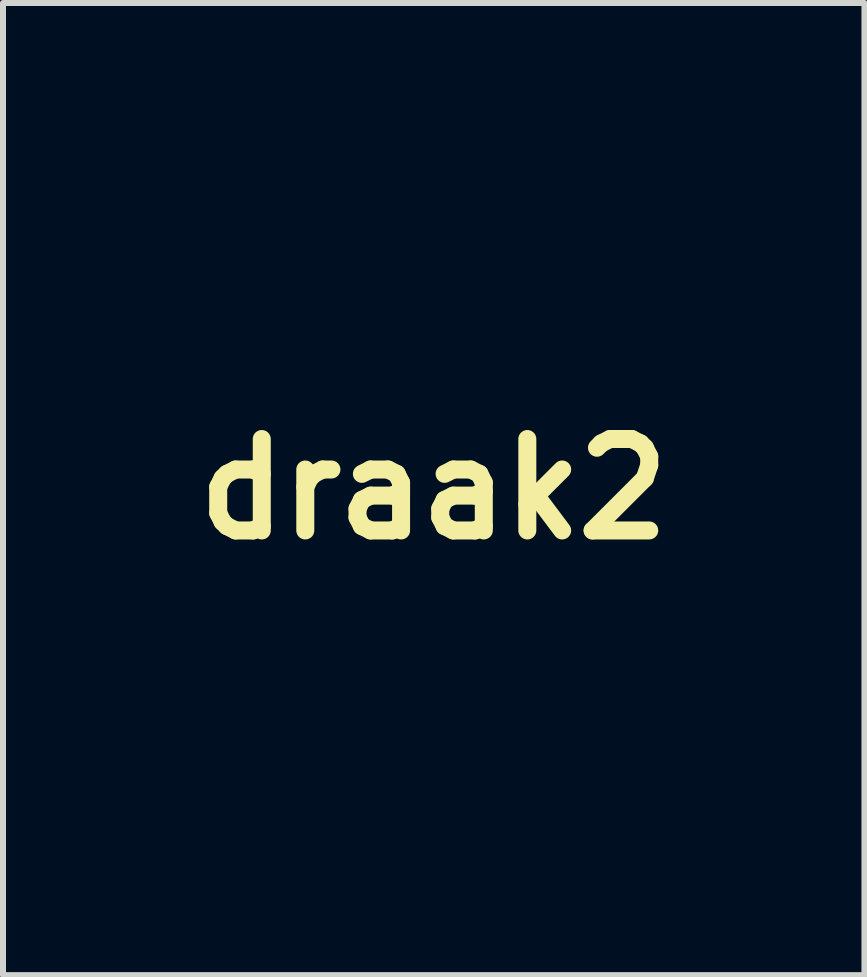
<source format=kicad_pcb>
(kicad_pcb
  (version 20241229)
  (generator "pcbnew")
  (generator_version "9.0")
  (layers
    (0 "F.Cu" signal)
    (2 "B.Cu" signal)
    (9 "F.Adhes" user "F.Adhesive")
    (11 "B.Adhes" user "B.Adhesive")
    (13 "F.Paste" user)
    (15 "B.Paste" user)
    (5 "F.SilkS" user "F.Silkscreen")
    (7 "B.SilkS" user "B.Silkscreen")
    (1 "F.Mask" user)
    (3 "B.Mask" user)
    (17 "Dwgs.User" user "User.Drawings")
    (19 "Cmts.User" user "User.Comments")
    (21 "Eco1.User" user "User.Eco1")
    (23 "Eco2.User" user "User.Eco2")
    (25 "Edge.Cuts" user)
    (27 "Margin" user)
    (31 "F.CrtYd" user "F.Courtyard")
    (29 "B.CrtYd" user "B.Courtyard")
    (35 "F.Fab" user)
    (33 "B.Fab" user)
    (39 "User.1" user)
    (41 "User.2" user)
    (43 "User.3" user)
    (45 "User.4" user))
  (footprint "draak2"
    (layer "F.Cu")
    (at 4.18 5.103)
    (property "Reference" "draak2" (at 0 0 0) (layer "F.SilkS") (effects (font (size 1.524 1.524) (thickness 0.3))))
    (attr through_hole)
    (fp_poly (pts (xy -2.794 2.111) (xy -2.81 2.127) (xy -2.826 2.111) (xy -2.81 2.095) (xy -2.794 2.111)) (stroke (width 0.01) (type solid)) (fill yes) (layer "F.Mask"))
    (fp_poly (pts (xy -2.794 2.492) (xy -2.81 2.508) (xy -2.826 2.492) (xy -2.81 2.477) (xy -2.794 2.492)) (stroke (width 0.01) (type solid)) (fill yes) (layer "F.Mask"))
    (fp_poly (pts (xy -2.731 2.143) (xy -2.746 2.159) (xy -2.762 2.143) (xy -2.746 2.127) (xy -2.731 2.143)) (stroke (width 0.01) (type solid)) (fill yes) (layer "F.Mask"))
    (fp_poly (pts (xy -0.667 1.476) (xy -0.683 1.492) (xy -0.699 1.476) (xy -0.683 1.46) (xy -0.667 1.476)) (stroke (width 0.01) (type solid)) (fill yes) (layer "F.Mask"))
    (fp_poly (pts (xy 0.699 -4.778) (xy 0.683 -4.763) (xy 0.667 -4.778) (xy 0.683 -4.794) (xy 0.699 -4.778)) (stroke (width 0.01) (type solid)) (fill yes) (layer "F.Mask"))
    (fp_poly (pts (xy 0.857 -2.016) (xy 0.841 -2) (xy 0.826 -2.016) (xy 0.841 -2.032) (xy 0.857 -2.016)) (stroke (width 0.01) (type solid)) (fill yes) (layer "F.Mask"))
    (fp_poly (pts (xy 0.857 0.937) (xy 0.841 0.953) (xy 0.826 0.937) (xy 0.841 0.921) (xy 0.857 0.937)) (stroke (width 0.01) (type solid)) (fill yes) (layer "F.Mask"))
    (fp_poly (pts (xy 0.921 0.968) (xy 0.905 0.984) (xy 0.889 0.968) (xy 0.905 0.953) (xy 0.921 0.968)) (stroke (width 0.01) (type solid)) (fill yes) (layer "F.Mask"))
    (fp_poly (pts (xy 1.27 -1.032) (xy 1.254 -1.016) (xy 1.238 -1.032) (xy 1.254 -1.048) (xy 1.27 -1.032)) (stroke (width 0.01) (type solid)) (fill yes) (layer "F.Mask"))
    (fp_poly (pts (xy 1.302 -0.968) (xy 1.286 -0.953) (xy 1.27 -0.968) (xy 1.286 -0.984) (xy 1.302 -0.968)) (stroke (width 0.01) (type solid)) (fill yes) (layer "F.Mask"))
    (fp_poly (pts (xy 2.159 2.556) (xy 2.143 2.572) (xy 2.127 2.556) (xy 2.143 2.54) (xy 2.159 2.556)) (stroke (width 0.01) (type solid)) (fill yes) (layer "F.Mask"))
    (fp_poly (pts (xy 2.254 2.524) (xy 2.238 2.54) (xy 2.223 2.524) (xy 2.238 2.508) (xy 2.254 2.524)) (stroke (width 0.01) (type solid)) (fill yes) (layer "F.Mask"))
    (fp_poly (pts (xy 2.349 2.492) (xy 2.334 2.508) (xy 2.318 2.492) (xy 2.334 2.477) (xy 2.349 2.492)) (stroke (width 0.01) (type solid)) (fill yes) (layer "F.Mask"))
    (fp_poly (pts (xy 2.349 3.985) (xy 2.334 4) (xy 2.318 3.985) (xy 2.334 3.969) (xy 2.349 3.985)) (stroke (width 0.01) (type solid)) (fill yes) (layer "F.Mask"))
    (fp_poly (pts (xy 2.413 2.461) (xy 2.397 2.477) (xy 2.381 2.461) (xy 2.397 2.445) (xy 2.413 2.461)) (stroke (width 0.01) (type solid)) (fill yes) (layer "F.Mask"))
    (fp_poly (pts (xy 2.603 -3.508) (xy 2.588 -3.493) (xy 2.572 -3.508) (xy 2.588 -3.524) (xy 2.603 -3.508)) (stroke (width 0.01) (type solid)) (fill yes) (layer "F.Mask"))
    (fp_poly (pts (xy 2.699 0.81) (xy 2.683 0.826) (xy 2.667 0.81) (xy 2.683 0.794) (xy 2.699 0.81)) (stroke (width 0.01) (type solid)) (fill yes) (layer "F.Mask"))
    (fp_poly (pts (xy 2.857 0.746) (xy 2.842 0.762) (xy 2.826 0.746) (xy 2.842 0.73) (xy 2.857 0.746)) (stroke (width 0.01) (type solid)) (fill yes) (layer "F.Mask"))
    (fp_poly (pts (xy 3.08 -3.667) (xy 3.064 -3.651) (xy 3.048 -3.667) (xy 3.064 -3.683) (xy 3.08 -3.667)) (stroke (width 0.01) (type solid)) (fill yes) (layer "F.Mask"))
    (fp_poly (pts (xy 3.143 -3.413) (xy 3.127 -3.397) (xy 3.111 -3.413) (xy 3.127 -3.429) (xy 3.143 -3.413)) (stroke (width 0.01) (type solid)) (fill yes) (layer "F.Mask"))
    (fp_poly (pts (xy 3.302 -2.397) (xy 3.286 -2.381) (xy 3.27 -2.397) (xy 3.286 -2.413) (xy 3.302 -2.397)) (stroke (width 0.01) (type solid)) (fill yes) (layer "F.Mask"))
    (fp_poly (pts (xy 3.747 -2.143) (xy 3.731 -2.127) (xy 3.715 -2.143) (xy 3.731 -2.159) (xy 3.747 -2.143)) (stroke (width 0.01) (type solid)) (fill yes) (layer "F.Mask"))
    (fp_poly (pts (xy 4.032 -1.762) (xy 4.016 -1.746) (xy 4 -1.762) (xy 4.016 -1.778) (xy 4.032 -1.762)) (stroke (width 0.01) (type solid)) (fill yes) (layer "F.Mask"))
    (fp_poly (pts (xy 0.847 0.138) (xy 0.85 0.175) (xy 0.847 0.18) (xy 0.828 0.176) (xy 0.826 0.159) (xy 0.837 0.133) (xy 0.847 0.138)) (stroke (width 0.01) (type solid)) (fill yes) (layer "F.Mask"))
    (fp_poly (pts (xy 0.91 1.598) (xy 0.914 1.636) (xy 0.91 1.64) (xy 0.891 1.636) (xy 0.889 1.619) (xy 0.901 1.593) (xy 0.91 1.598)) (stroke (width 0.01) (type solid)) (fill yes) (layer "F.Mask"))
    (fp_poly (pts (xy 1.928 2.616) (xy 1.919 2.63) (xy 1.886 2.633) (xy 1.853 2.625) (xy 1.867 2.614) (xy 1.917 2.61) (xy 1.928 2.616)) (stroke (width 0.01) (type solid)) (fill yes) (layer "F.Mask"))
    (fp_poly (pts (xy 2.053 2.582) (xy 2.049 2.601) (xy 2.032 2.603) (xy 2.006 2.592) (xy 2.011 2.582) (xy 2.049 2.579) (xy 2.053 2.582)) (stroke (width 0.01) (type solid)) (fill yes) (layer "F.Mask"))
    (fp_poly (pts (xy 2.244 -4.897) (xy 2.248 -4.832) (xy 2.244 -4.818) (xy 2.232 -4.814) (xy 2.228 -4.858) (xy 2.233 -4.903) (xy 2.244 -4.897)) (stroke (width 0.01) (type solid)) (fill yes) (layer "F.Mask"))
    (fp_poly (pts (xy 2.275 -4.675) (xy 2.279 -4.61) (xy 2.275 -4.596) (xy 2.264 -4.592) (xy 2.259 -4.636) (xy 2.264 -4.681) (xy 2.275 -4.675)) (stroke (width 0.01) (type solid)) (fill yes) (layer "F.Mask"))
    (fp_poly (pts (xy 2.402 -0.942) (xy 2.398 -0.923) (xy 2.381 -0.921) (xy 2.355 -0.932) (xy 2.36 -0.942) (xy 2.398 -0.946) (xy 2.402 -0.942)) (stroke (width 0.01) (type solid)) (fill yes) (layer "F.Mask"))
    (fp_poly (pts (xy 2.531 0.87) (xy 2.522 0.884) (xy 2.49 0.886) (xy 2.456 0.879) (xy 2.471 0.867) (xy 2.52 0.864) (xy 2.531 0.87)) (stroke (width 0.01) (type solid)) (fill yes) (layer "F.Mask"))
    (fp_poly (pts (xy 2.625 0.836) (xy 2.62 0.855) (xy 2.603 0.857) (xy 2.577 0.846) (xy 2.582 0.836) (xy 2.62 0.832) (xy 2.625 0.836)) (stroke (width 0.01) (type solid)) (fill yes) (layer "F.Mask"))
    (fp_poly (pts (xy 2.815 -0.656) (xy 2.819 -0.618) (xy 2.815 -0.614) (xy 2.796 -0.618) (xy 2.794 -0.635) (xy 2.806 -0.661) (xy 2.815 -0.656)) (stroke (width 0.01) (type solid)) (fill yes) (layer "F.Mask"))
    (fp_poly (pts (xy 3.101 -3.53) (xy 3.105 -3.481) (xy 3.099 -3.469) (xy 3.085 -3.479) (xy 3.082 -3.511) (xy 3.09 -3.545) (xy 3.101 -3.53)) (stroke (width 0.01) (type solid)) (fill yes) (layer "F.Mask"))
    (fp_poly (pts (xy 3.387 -2.371) (xy 3.382 -2.352) (xy 3.365 -2.349) (xy 3.339 -2.361) (xy 3.344 -2.371) (xy 3.382 -2.374) (xy 3.387 -2.371)) (stroke (width 0.01) (type solid)) (fill yes) (layer "F.Mask"))
    (fp_poly (pts (xy 3.768 -2.085) (xy 3.771 -2.047) (xy 3.768 -2.043) (xy 3.749 -2.047) (xy 3.747 -2.064) (xy 3.758 -2.09) (xy 3.768 -2.085)) (stroke (width 0.01) (type solid)) (fill yes) (layer "F.Mask"))
    (fp_poly (pts (xy 3.799 -1.99) (xy 3.803 -1.952) (xy 3.799 -1.947) (xy 3.781 -1.952) (xy 3.778 -1.968) (xy 3.79 -1.995) (xy 3.799 -1.99)) (stroke (width 0.01) (type solid)) (fill yes) (layer "F.Mask"))
    (fp_poly (pts (xy 3.831 -1.894) (xy 3.835 -1.857) (xy 3.831 -1.852) (xy 3.812 -1.856) (xy 3.81 -1.873) (xy 3.822 -1.899) (xy 3.831 -1.894)) (stroke (width 0.01) (type solid)) (fill yes) (layer "F.Mask"))
    (fp_poly (pts (xy 3.99 -2.262) (xy 3.994 -2.197) (xy 3.99 -2.183) (xy 3.978 -2.179) (xy 3.974 -2.223) (xy 3.979 -2.268) (xy 3.99 -2.262)) (stroke (width 0.01) (type solid)) (fill yes) (layer "F.Mask"))
    (fp_poly (pts (xy 4.022 -1.926) (xy 4.025 -1.888) (xy 4.022 -1.884) (xy 4.003 -1.888) (xy 4 -1.905) (xy 4.012 -1.931) (xy 4.022 -1.926)) (stroke (width 0.01) (type solid)) (fill yes) (layer "F.Mask"))
    (fp_poly (pts (xy -2.794 2.69) (xy -2.739 2.711) (xy -2.74 2.726) (xy -2.776 2.731) (xy -2.829 2.713) (xy -2.84 2.702) (xy -2.83 2.685) (xy -2.794 2.69)) (stroke (width 0.01) (type solid)) (fill yes) (layer "F.Mask"))
    (fp_poly (pts (xy -2.794 2.975) (xy -2.739 2.996) (xy -2.74 3.012) (xy -2.776 3.016) (xy -2.829 2.999) (xy -2.84 2.987) (xy -2.83 2.971) (xy -2.794 2.975)) (stroke (width 0.01) (type solid)) (fill yes) (layer "F.Mask"))
    (fp_poly (pts (xy 2.757 -3.448) (xy 2.791 -3.416) (xy 2.784 -3.398) (xy 2.78 -3.397) (xy 2.753 -3.42) (xy 2.743 -3.434) (xy 2.74 -3.456) (xy 2.757 -3.448)) (stroke (width 0.01) (type solid)) (fill yes) (layer "F.Mask"))
    (fp_poly (pts (xy 3.234 -3.416) (xy 3.267 -3.387) (xy 3.27 -3.38) (xy 3.255 -3.366) (xy 3.224 -3.396) (xy 3.22 -3.402) (xy 3.216 -3.424) (xy 3.234 -3.416)) (stroke (width 0.01) (type solid)) (fill yes) (layer "F.Mask"))
    (fp_poly (pts (xy -2.964 1.448) (xy -2.969 1.46) (xy -3.011 1.491) (xy -3.02 1.492) (xy -3.037 1.473) (xy -3.032 1.46) (xy -2.99 1.43) (xy -2.981 1.429) (xy -2.964 1.448)) (stroke (width 0.01) (type solid)) (fill yes) (layer "F.Mask"))
    (fp_poly (pts (xy 0.715 -4.721) (xy 0.738 -4.703) (xy 0.788 -4.657) (xy 0.787 -4.636) (xy 0.782 -4.636) (xy 0.755 -4.657) (xy 0.726 -4.691) (xy 0.699 -4.729) (xy 0.715 -4.721)) (stroke (width 0.01) (type solid)) (fill yes) (layer "F.Mask"))
    (fp_poly (pts (xy 0.961 2.646) (xy 0.962 2.657) (xy 0.912 2.661) (xy 0.905 2.661) (xy 0.856 2.656) (xy 0.86 2.647) (xy 0.866 2.645) (xy 0.935 2.64) (xy 0.961 2.646)) (stroke (width 0.01) (type solid)) (fill yes) (layer "F.Mask"))
    (fp_poly (pts (xy 1.258 -0.912) (xy 1.302 -0.889) (xy 1.332 -0.864) (xy 1.303 -0.858) (xy 1.296 -0.858) (xy 1.238 -0.874) (xy 1.222 -0.889) (xy 1.22 -0.917) (xy 1.258 -0.912)) (stroke (width 0.01) (type solid)) (fill yes) (layer "F.Mask"))
    (fp_poly (pts (xy 1.326 2.676) (xy 1.345 2.683) (xy 1.309 2.688) (xy 1.238 2.689) (xy 1.16 2.687) (xy 1.13 2.682) (xy 1.151 2.676) (xy 1.253 2.671) (xy 1.326 2.676)) (stroke (width 0.01) (type solid)) (fill yes) (layer "F.Mask"))
    (fp_poly (pts (xy 1.675 0.931) (xy 1.685 0.94) (xy 1.641 0.945) (xy 1.619 0.945) (xy 1.561 0.942) (xy 1.555 0.934) (xy 1.564 0.931) (xy 1.644 0.926) (xy 1.675 0.931)) (stroke (width 0.01) (type solid)) (fill yes) (layer "F.Mask"))
    (fp_poly (pts (xy 1.738 2.645) (xy 1.748 2.654) (xy 1.704 2.659) (xy 1.683 2.66) (xy 1.625 2.656) (xy 1.618 2.648) (xy 1.627 2.645) (xy 1.708 2.64) (xy 1.738 2.645)) (stroke (width 0.01) (type solid)) (fill yes) (layer "F.Mask"))
    (fp_poly (pts (xy 2.183 0.931) (xy 2.191 0.939) (xy 2.145 0.944) (xy 2.111 0.944) (xy 2.05 0.941) (xy 2.041 0.934) (xy 2.056 0.93) (xy 2.139 0.925) (xy 2.183 0.931)) (stroke (width 0.01) (type solid)) (fill yes) (layer "F.Mask"))
    (fp_poly (pts (xy 2.39 0.9) (xy 2.391 0.91) (xy 2.341 0.915) (xy 2.334 0.915) (xy 2.284 0.91) (xy 2.289 0.9) (xy 2.295 0.899) (xy 2.364 0.894) (xy 2.39 0.9)) (stroke (width 0.01) (type solid)) (fill yes) (layer "F.Mask"))
    (fp_poly (pts (xy 2.816 1.246) (xy 2.821 1.327) (xy 2.816 1.357) (xy 2.807 1.367) (xy 2.802 1.323) (xy 2.801 1.302) (xy 2.805 1.244) (xy 2.813 1.237) (xy 2.816 1.246)) (stroke (width 0.01) (type solid)) (fill yes) (layer "F.Mask"))
    (fp_poly (pts (xy 2.849 0.897) (xy 2.854 0.991) (xy 2.848 1.056) (xy 2.841 1.069) (xy 2.836 1.027) (xy 2.835 0.968) (xy 2.837 0.896) (xy 2.843 0.875) (xy 2.849 0.897)) (stroke (width 0.01) (type solid)) (fill yes) (layer "F.Mask"))
    (fp_poly (pts (xy 3.547 -2.336) (xy 3.572 -2.318) (xy 3.574 -2.291) (xy 3.524 -2.299) (xy 3.477 -2.318) (xy 3.433 -2.339) (xy 3.45 -2.346) (xy 3.483 -2.347) (xy 3.547 -2.336)) (stroke (width 0.01) (type solid)) (fill yes) (layer "F.Mask"))
    (fp_poly (pts (xy 0.988 0.239) (xy 1.012 0.257) (xy 1.056 0.301) (xy 1.044 0.317) (xy 1.039 0.318) (xy 0.981 0.295) (xy 0.952 0.269) (xy 0.922 0.221) (xy 0.937 0.21) (xy 0.988 0.239)) (stroke (width 0.01) (type solid)) (fill yes) (layer "F.Mask"))
    (fp_poly (pts (xy 1.222 -0.31) (xy 1.254 -0.287) (xy 1.308 -0.248) (xy 1.331 -0.231) (xy 1.32 -0.223) (xy 1.311 -0.222) (xy 1.267 -0.245) (xy 1.234 -0.278) (xy 1.207 -0.315) (xy 1.222 -0.31)) (stroke (width 0.01) (type solid)) (fill yes) (layer "F.Mask"))
    (fp_poly (pts (xy 2.088 -0.912) (xy 2.106 -0.905) (xy 2.068 -0.9) (xy 1.984 -0.899) (xy 1.903 -0.901) (xy 1.872 -0.905) (xy 1.897 -0.912) (xy 1.898 -0.912) (xy 2.001 -0.917) (xy 2.088 -0.912)) (stroke (width 0.01) (type solid)) (fill yes) (layer "F.Mask"))
    (fp_poly (pts (xy 3.931 -2.128) (xy 3.957 -2.085) (xy 3.987 -2.019) (xy 3.993 -1.982) (xy 3.992 -1.981) (xy 3.972 -1.997) (xy 3.942 -2.049) (xy 3.912 -2.124) (xy 3.909 -2.152) (xy 3.931 -2.128)) (stroke (width 0.01) (type solid)) (fill yes) (layer "F.Mask"))
    (fp_poly (pts (xy -0.142 2.963) (xy -0.119 2.98) (xy -0.054 3.007) (xy -0.015 3.004) (xy 0.018 3.002) (xy 0.016 3.017) (xy -0.033 3.047) (xy -0.096 3.027) (xy -0.131 2.992) (xy -0.159 2.955) (xy -0.142 2.963)) (stroke (width 0.01) (type solid)) (fill yes) (layer "F.Mask"))
    (fp_poly (pts (xy 0.849 0.482) (xy 0.865 0.495) (xy 0.921 0.541) (xy 0.95 0.563) (xy 0.939 0.571) (xy 0.928 0.572) (xy 0.88 0.551) (xy 0.844 0.522) (xy 0.799 0.468) (xy 0.802 0.453) (xy 0.849 0.482)) (stroke (width 0.01) (type solid)) (fill yes) (layer "F.Mask"))
    (fp_poly (pts (xy 2.848 -0.268) (xy 2.849 -0.262) (xy 2.854 -0.151) (xy 2.849 -0.056) (xy 2.842 -0.032) (xy 2.838 -0.064) (xy 2.836 -0.146) (xy 2.836 -0.159) (xy 2.838 -0.246) (xy 2.842 -0.285) (xy 2.848 -0.268)) (stroke (width 0.01) (type solid)) (fill yes) (layer "F.Mask"))
    (fp_poly (pts (xy 3.87 -2.463) (xy 3.904 -2.429) (xy 3.939 -2.378) (xy 3.96 -2.333) (xy 3.958 -2.318) (xy 3.933 -2.341) (xy 3.892 -2.398) (xy 3.89 -2.401) (xy 3.862 -2.451) (xy 3.867 -2.465) (xy 3.87 -2.463)) (stroke (width 0.01) (type solid)) (fill yes) (layer "F.Mask"))
    (fp_poly (pts (xy -0.246 3.231) (xy -0.182 3.265) (xy -0.143 3.276) (xy -0.102 3.288) (xy -0.121 3.304) (xy -0.129 3.308) (xy -0.197 3.31) (xy -0.232 3.297) (xy -0.277 3.256) (xy -0.286 3.233) (xy -0.27 3.216) (xy -0.246 3.231)) (stroke (width 0.01) (type solid)) (fill yes) (layer "F.Mask"))
    (fp_poly (pts (xy 1.256 -0.726) (xy 1.268 -0.716) (xy 1.328 -0.682) (xy 1.368 -0.684) (xy 1.392 -0.69) (xy 1.384 -0.672) (xy 1.332 -0.637) (xy 1.267 -0.655) (xy 1.245 -0.673) (xy 1.209 -0.723) (xy 1.215 -0.746) (xy 1.256 -0.726)) (stroke (width 0.01) (type solid)) (fill yes) (layer "F.Mask"))
    (fp_poly (pts (xy 2.465 -3.445) (xy 2.519 -3.412) (xy 2.572 -3.373) (xy 2.604 -3.343) (xy 2.603 -3.335) (xy 2.569 -3.35) (xy 2.505 -3.389) (xy 2.492 -3.397) (xy 2.439 -3.438) (xy 2.425 -3.459) (xy 2.429 -3.46) (xy 2.465 -3.445)) (stroke (width 0.01) (type solid)) (fill yes) (layer "F.Mask"))
    (fp_poly (pts (xy 3.1 -2.616) (xy 3.094 -2.602) (xy 3.098 -2.556) (xy 3.129 -2.506) (xy 3.165 -2.461) (xy 3.169 -2.445) (xy 3.138 -2.466) (xy 3.101 -2.503) (xy 3.057 -2.568) (xy 3.052 -2.618) (xy 3.082 -2.635) (xy 3.1 -2.616)) (stroke (width 0.01) (type solid)) (fill yes) (layer "F.Mask"))
    (fp_poly (pts (xy 3.266 -2.687) (xy 3.283 -2.67) (xy 3.318 -2.623) (xy 3.318 -2.579) (xy 3.288 -2.511) (xy 3.245 -2.439) (xy 3.215 -2.411) (xy 3.207 -2.427) (xy 3.219 -2.464) (xy 3.243 -2.522) (xy 3.263 -2.594) (xy 3.24 -2.649) (xy 3.239 -2.651) (xy 3.209 -2.701) (xy 3.223 -2.715) (xy 3.266 -2.687)) (stroke (width 0.01) (type solid)) (fill yes) (layer "F.Mask"))
    (fp_poly (pts (xy 0.526 -3.378) (xy 0.591 -3.326) (xy 0.675 -3.253) (xy 0.678 -3.25) (xy 0.866 -3.094) (xy 1.059 -2.957) (xy 1.241 -2.85) (xy 1.381 -2.788) (xy 1.54 -2.733) (xy 1.213 -2.732) (xy 1.064 -2.732) (xy 0.966 -2.737) (xy 0.908 -2.748) (xy 0.878 -2.767) (xy 0.867 -2.786) (xy 0.812 -2.928) (xy 0.748 -3.045) (xy 0.66 -3.167) (xy 0.622 -3.215) (xy 0.553 -3.302) (xy 0.507 -3.366) (xy 0.492 -3.396) (xy 0.494 -3.397) (xy 0.526 -3.378)) (stroke (width 0.01) (type solid)) (fill yes) (layer "F.Mask"))
    (fp_poly (pts (xy 3.8 -2.489) (xy 3.796 -2.48) (xy 3.796 -2.435) (xy 3.818 -2.359) (xy 3.826 -2.338) (xy 3.862 -2.248) (xy 3.869 -2.207) (xy 3.845 -2.209) (xy 3.803 -2.237) (xy 3.733 -2.276) (xy 3.682 -2.287) (xy 3.665 -2.27) (xy 3.683 -2.238) (xy 3.708 -2.2) (xy 3.707 -2.191) (xy 3.676 -2.212) (xy 3.649 -2.241) (xy 3.624 -2.286) (xy 3.651 -2.317) (xy 3.657 -2.32) (xy 3.703 -2.371) (xy 3.728 -2.428) (xy 3.754 -2.488) (xy 3.781 -2.508) (xy 3.8 -2.489)) (stroke (width 0.01) (type solid)) (fill yes) (layer "F.Mask"))
    (fp_poly (pts (xy 3.269 -3.203) (xy 3.254 -3.144) (xy 3.225 -3.081) (xy 3.198 -3.01) (xy 3.197 -2.963) (xy 3.197 -2.905) (xy 3.171 -2.83) (xy 3.132 -2.764) (xy 3.092 -2.731) (xy 3.088 -2.731) (xy 3.059 -2.759) (xy 3.048 -2.83) (xy 3.052 -2.894) (xy 3.071 -2.906) (xy 3.096 -2.889) (xy 3.134 -2.864) (xy 3.143 -2.867) (xy 3.153 -2.908) (xy 3.165 -2.94) (xy 3.17 -2.979) (xy 3.133 -2.975) (xy 3.091 -2.965) (xy 3.084 -2.985) (xy 3.11 -3.047) (xy 3.125 -3.076) (xy 3.173 -3.153) (xy 3.221 -3.206) (xy 3.257 -3.225) (xy 3.269 -3.203)) (stroke (width 0.01) (type solid)) (fill yes) (layer "F.Mask"))
    (fp_poly (pts (xy 3.007 -3.798) (xy 3.02 -3.754) (xy 3.022 -3.675) (xy 3.021 -3.657) (xy 3.024 -3.551) (xy 3.044 -3.456) (xy 3.046 -3.451) (xy 3.063 -3.384) (xy 3.045 -3.352) (xy 3.032 -3.345) (xy 2.99 -3.309) (xy 2.984 -3.291) (xy 2.968 -3.241) (xy 2.928 -3.17) (xy 2.925 -3.165) (xy 2.885 -3.108) (xy 2.864 -3.101) (xy 2.849 -3.139) (xy 2.849 -3.141) (xy 2.856 -3.21) (xy 2.884 -3.236) (xy 2.917 -3.262) (xy 2.907 -3.295) (xy 2.88 -3.326) (xy 2.851 -3.364) (xy 2.843 -3.403) (xy 2.86 -3.461) (xy 2.903 -3.557) (xy 2.904 -3.559) (xy 2.947 -3.659) (xy 2.976 -3.74) (xy 2.984 -3.776) (xy 2.996 -3.803) (xy 3.007 -3.798)) (stroke (width 0.01) (type solid)) (fill yes) (layer "F.Mask"))
    (fp_poly (pts (xy 3.058 -2.426) (xy 3.136 -2.381) (xy 3.213 -2.324) (xy 3.254 -2.284) (xy 3.287 -2.245) (xy 3.283 -2.239) (xy 3.236 -2.267) (xy 3.191 -2.297) (xy 3.112 -2.346) (xy 3.055 -2.377) (xy 3.041 -2.381) (xy 3.013 -2.362) (xy 3.027 -2.314) (xy 3.076 -2.248) (xy 3.135 -2.193) (xy 3.201 -2.133) (xy 3.216 -2.102) (xy 3.197 -2.095) (xy 3.14 -2.069) (xy 3.118 -2.038) (xy 3.1 -2.005) (xy 3.068 -1.996) (xy 3.005 -2.009) (xy 2.945 -2.028) (xy 2.858 -2.059) (xy 2.804 -2.089) (xy 2.794 -2.101) (xy 2.809 -2.139) (xy 2.847 -2.21) (xy 2.897 -2.293) (xy 2.948 -2.373) (xy 2.988 -2.429) (xy 3.005 -2.445) (xy 3.058 -2.426)) (stroke (width 0.01) (type solid)) (fill yes) (layer "F.Mask"))
    (fp_poly (pts (xy 2.579 -3.043) (xy 2.623 -3.002) (xy 2.679 -2.92) (xy 2.689 -2.905) (xy 2.753 -2.809) (xy 2.809 -2.729) (xy 2.837 -2.694) (xy 2.866 -2.652) (xy 2.843 -2.631) (xy 2.823 -2.625) (xy 2.779 -2.628) (xy 2.747 -2.672) (xy 2.726 -2.734) (xy 2.689 -2.83) (xy 2.652 -2.889) (xy 2.622 -2.904) (xy 2.605 -2.869) (xy 2.603 -2.844) (xy 2.577 -2.752) (xy 2.51 -2.669) (xy 2.423 -2.614) (xy 2.37 -2.603) (xy 2.288 -2.631) (xy 2.209 -2.701) (xy 2.156 -2.758) (xy 2.132 -2.765) (xy 2.127 -2.743) (xy 2.148 -2.677) (xy 2.18 -2.63) (xy 2.217 -2.583) (xy 2.21 -2.578) (xy 2.159 -2.614) (xy 2.131 -2.637) (xy 2.081 -2.688) (xy 2.076 -2.74) (xy 2.094 -2.79) (xy 2.142 -2.866) (xy 2.231 -2.866) (xy 2.234 -2.802) (xy 2.238 -2.794) (xy 2.288 -2.764) (xy 2.35 -2.781) (xy 2.378 -2.806) (xy 2.4 -2.87) (xy 2.391 -2.889) (xy 2.445 -2.889) (xy 2.469 -2.858) (xy 2.477 -2.857) (xy 2.507 -2.882) (xy 2.508 -2.889) (xy 2.484 -2.92) (xy 2.477 -2.921) (xy 2.446 -2.897) (xy 2.445 -2.889) (xy 2.391 -2.889) (xy 2.375 -2.927) (xy 2.317 -2.953) (xy 2.316 -2.953) (xy 2.264 -2.926) (xy 2.231 -2.866) (xy 2.142 -2.866) (xy 2.182 -2.928) (xy 2.306 -3.018) (xy 2.444 -3.053) (xy 2.526 -3.056) (xy 2.579 -3.043)) (stroke (width 0.01) (type solid)) (fill yes) (layer "F.Mask"))
    (fp_poly (pts (xy 2.211 -5.064) (xy 2.191 -5.032) (xy 2.168 -4.98) (xy 2.165 -4.89) (xy 2.175 -4.786) (xy 2.188 -4.669) (xy 2.199 -4.569) (xy 2.203 -4.518) (xy 2.226 -4.457) (xy 2.258 -4.435) (xy 2.295 -4.439) (xy 2.295 -4.489) (xy 2.292 -4.522) (xy 2.313 -4.503) (xy 2.343 -4.461) (xy 2.4 -4.387) (xy 2.484 -4.293) (xy 2.552 -4.224) (xy 2.699 -4.083) (xy 2.693 -3.764) (xy 2.687 -3.445) (xy 2.651 -4.064) (xy 2.491 -4.223) (xy 2.407 -4.304) (xy 2.358 -4.341) (xy 2.335 -4.341) (xy 2.331 -4.319) (xy 2.344 -4.267) (xy 2.362 -4.255) (xy 2.405 -4.235) (xy 2.465 -4.187) (xy 2.537 -4.119) (xy 2.467 -4.059) (xy 2.397 -4) (xy 2.484 -4.019) (xy 2.537 -4.028) (xy 2.563 -4.012) (xy 2.571 -3.957) (xy 2.572 -3.891) (xy 2.561 -3.779) (xy 2.535 -3.677) (xy 2.525 -3.652) (xy 2.497 -3.584) (xy 2.506 -3.551) (xy 2.517 -3.545) (xy 2.519 -3.533) (xy 2.47 -3.527) (xy 2.469 -3.527) (xy 2.405 -3.517) (xy 2.381 -3.499) (xy 2.354 -3.474) (xy 2.288 -3.446) (xy 2.279 -3.444) (xy 2.188 -3.393) (xy 2.093 -3.291) (xy 2.056 -3.241) (xy 1.985 -3.131) (xy 1.947 -3.057) (xy 1.943 -3.023) (xy 1.973 -3.033) (xy 2.033 -3.086) (xy 2.099 -3.144) (xy 2.159 -3.17) (xy 2.241 -3.172) (xy 2.289 -3.168) (xy 2.389 -3.151) (xy 2.465 -3.126) (xy 2.486 -3.111) (xy 2.505 -3.083) (xy 2.473 -3.089) (xy 2.467 -3.091) (xy 2.372 -3.093) (xy 2.272 -3.048) (xy 2.178 -2.967) (xy 2.102 -2.863) (xy 2.056 -2.75) (xy 2.052 -2.64) (xy 2.052 -2.639) (xy 2.062 -2.572) (xy 2.046 -2.553) (xy 1.992 -2.569) (xy 1.986 -2.571) (xy 1.837 -2.602) (xy 1.705 -2.572) (xy 1.652 -2.541) (xy 1.606 -2.497) (xy 1.565 -2.443) (xy 1.537 -2.392) (xy 1.531 -2.361) (xy 1.555 -2.365) (xy 1.587 -2.355) (xy 1.599 -2.333) (xy 1.643 -2.292) (xy 1.67 -2.286) (xy 1.704 -2.295) (xy 1.685 -2.331) (xy 1.685 -2.331) (xy 1.666 -2.363) (xy 1.698 -2.363) (xy 1.71 -2.36) (xy 1.775 -2.319) (xy 1.8 -2.254) (xy 1.789 -2.212) (xy 1.783 -2.19) (xy 1.791 -2.196) (xy 1.828 -2.194) (xy 1.904 -2.173) (xy 2.003 -2.139) (xy 2.105 -2.1) (xy 2.191 -2.062) (xy 2.238 -2.035) (xy 2.284 -2.014) (xy 2.37 -1.982) (xy 2.452 -1.954) (xy 2.545 -1.921) (xy 2.606 -1.892) (xy 2.621 -1.876) (xy 2.638 -1.86) (xy 2.678 -1.854) (xy 2.766 -1.837) (xy 2.876 -1.801) (xy 2.987 -1.755) (xy 3.077 -1.706) (xy 3.122 -1.669) (xy 3.144 -1.645) (xy 3.176 -1.632) (xy 3.231 -1.63) (xy 3.321 -1.64) (xy 3.46 -1.66) (xy 3.478 -1.662) (xy 3.624 -1.685) (xy 3.756 -1.706) (xy 3.855 -1.722) (xy 3.889 -1.728) (xy 3.945 -1.736) (xy 3.952 -1.731) (xy 3.95 -1.729) (xy 3.93 -1.687) (xy 3.927 -1.596) (xy 3.93 -1.558) (xy 3.931 -1.467) (xy 3.923 -1.348) (xy 3.907 -1.214) (xy 3.886 -1.077) (xy 3.862 -0.951) (xy 3.837 -0.849) (xy 3.814 -0.784) (xy 3.794 -0.768) (xy 3.793 -0.768) (xy 3.794 -0.803) (xy 3.809 -0.88) (xy 3.827 -0.954) (xy 3.844 -1.043) (xy 3.857 -1.161) (xy 3.868 -1.294) (xy 3.873 -1.428) (xy 3.874 -1.546) (xy 3.869 -1.635) (xy 3.859 -1.68) (xy 3.854 -1.683) (xy 3.816 -1.675) (xy 3.734 -1.656) (xy 3.64 -1.632) (xy 3.503 -1.599) (xy 3.342 -1.566) (xy 3.207 -1.542) (xy 3.085 -1.522) (xy 3.014 -1.502) (xy 2.984 -1.469) (xy 2.984 -1.408) (xy 3.003 -1.308) (xy 3.006 -1.294) (xy 2.997 -1.185) (xy 2.955 -1.092) (xy 2.916 -1.018) (xy 2.898 -0.971) (xy 2.898 -0.964) (xy 2.934 -0.955) (xy 3.014 -0.943) (xy 3.103 -0.932) (xy 3.237 -0.916) (xy 3.317 -0.894) (xy 3.352 -0.852) (xy 3.35 -0.777) (xy 3.32 -0.658) (xy 3.312 -0.63) (xy 3.278 -0.508) (xy 3.247 -0.403) (xy 3.226 -0.337) (xy 3.225 -0.333) (xy 3.233 -0.324) (xy 3.277 -0.356) (xy 3.346 -0.421) (xy 3.375 -0.45) (xy 3.508 -0.609) (xy 3.591 -0.76) (xy 3.605 -0.798) (xy 3.637 -0.891) (xy 3.658 -0.93) (xy 3.674 -0.923) (xy 3.689 -0.89) (xy 3.704 -0.802) (xy 3.699 -0.716) (xy 3.688 -0.652) (xy 3.697 -0.643) (xy 3.733 -0.683) (xy 3.766 -0.719) (xy 3.771 -0.712) (xy 3.747 -0.656) (xy 3.717 -0.595) (xy 3.675 -0.526) (xy 3.65 -0.517) (xy 3.641 -0.569) (xy 3.645 -0.643) (xy 3.656 -0.778) (xy 3.587 -0.667) (xy 3.52 -0.574) (xy 3.431 -0.468) (xy 3.335 -0.367) (xy 3.248 -0.287) (xy 3.197 -0.249) (xy 3.162 -0.235) (xy 3.149 -0.254) (xy 3.154 -0.316) (xy 3.16 -0.36) (xy 3.169 -0.473) (xy 3.164 -0.577) (xy 3.16 -0.6) (xy 3.142 -0.66) (xy 3.111 -0.688) (xy 3.046 -0.698) (xy 2.986 -0.699) (xy 2.864 -0.709) (xy 2.75 -0.737) (xy 2.665 -0.774) (xy 2.917 -0.774) (xy 2.959 -0.768) (xy 2.969 -0.768) (xy 3.023 -0.772) (xy 3.028 -0.782) (xy 3.025 -0.783) (xy 2.962 -0.789) (xy 2.93 -0.784) (xy 2.917 -0.774) (xy 2.665 -0.774) (xy 2.659 -0.777) (xy 2.616 -0.815) (xy 2.773 -0.815) (xy 2.777 -0.796) (xy 2.794 -0.794) (xy 2.82 -0.805) (xy 2.815 -0.815) (xy 2.777 -0.819) (xy 2.773 -0.815) (xy 2.616 -0.815) (xy 2.609 -0.821) (xy 2.603 -0.84) (xy 2.583 -0.9) (xy 2.564 -0.926) (xy 2.531 -0.989) (xy 2.518 -1.054) (xy 2.502 -1.136) (xy 2.467 -1.24) (xy 2.451 -1.28) (xy 2.404 -1.37) (xy 2.354 -1.416) (xy 2.283 -1.437) (xy 2.282 -1.437) (xy 2.217 -1.439) (xy 2.148 -1.421) (xy 2.057 -1.376) (xy 1.944 -1.308) (xy 1.817 -1.222) (xy 1.738 -1.151) (xy 1.697 -1.082) (xy 1.686 -1.003) (xy 1.687 -0.968) (xy 1.684 -0.886) (xy 1.669 -0.753) (xy 1.646 -0.58) (xy 1.616 -0.379) (xy 1.58 -0.161) (xy 1.541 0.063) (xy 1.501 0.281) (xy 1.461 0.483) (xy 1.423 0.657) (xy 1.39 0.791) (xy 1.378 0.833) (xy 1.382 0.88) (xy 1.419 0.891) (xy 1.459 0.895) (xy 1.44 0.908) (xy 1.419 0.916) (xy 1.377 0.961) (xy 1.326 1.064) (xy 1.267 1.221) (xy 1.266 1.223) (xy 1.212 1.371) (xy 1.151 1.515) (xy 1.094 1.631) (xy 1.077 1.659) (xy 1.007 1.804) (xy 0.984 1.942) (xy 0.984 1.95) (xy 0.978 2.032) (xy 0.953 2.112) (xy 0.902 2.208) (xy 0.826 2.328) (xy 0.746 2.448) (xy 0.697 2.526) (xy 0.675 2.571) (xy 0.676 2.595) (xy 0.695 2.608) (xy 0.706 2.612) (xy 0.712 2.619) (xy 0.677 2.615) (xy 0.613 2.619) (xy 0.586 2.638) (xy 0.567 2.695) (xy 0.547 2.801) (xy 0.526 2.942) (xy 0.507 3.103) (xy 0.492 3.271) (xy 0.481 3.43) (xy 0.477 3.567) (xy 0.477 3.567) (xy 0.476 3.849) (xy 0.56 3.828) (xy 0.651 3.799) (xy 0.743 3.763) (xy 0.841 3.72) (xy 0.699 3.713) (xy 0.639 3.709) (xy 0.63 3.703) (xy 0.678 3.694) (xy 0.785 3.682) (xy 0.798 3.681) (xy 1.005 3.638) (xy 1.239 3.557) (xy 1.485 3.444) (xy 1.727 3.308) (xy 1.949 3.157) (xy 1.96 3.148) (xy 2.21 3.148) (xy 2.213 3.262) (xy 2.223 3.46) (xy 2.235 3.607) (xy 2.252 3.716) (xy 2.274 3.798) (xy 2.278 3.81) (xy 2.296 3.884) (xy 2.295 3.929) (xy 2.303 3.979) (xy 2.34 4.05) (xy 2.347 4.061) (xy 2.391 4.131) (xy 2.413 4.181) (xy 2.413 4.185) (xy 2.44 4.216) (xy 2.504 4.248) (xy 2.505 4.248) (xy 2.567 4.266) (xy 2.586 4.253) (xy 2.582 4.226) (xy 2.59 4.173) (xy 2.661 4.173) (xy 2.679 4.204) (xy 2.724 4.234) (xy 2.746 4.241) (xy 2.824 4.281) (xy 2.899 4.351) (xy 2.955 4.43) (xy 2.976 4.501) (xy 2.974 4.514) (xy 2.979 4.561) (xy 3.019 4.572) (xy 3.069 4.552) (xy 3.08 4.525) (xy 3.055 4.462) (xy 2.992 4.381) (xy 2.907 4.296) (xy 2.814 4.221) (xy 2.73 4.171) (xy 2.684 4.159) (xy 2.661 4.173) (xy 2.59 4.173) (xy 2.592 4.16) (xy 2.645 4.115) (xy 2.723 4.104) (xy 2.74 4.107) (xy 2.816 4.147) (xy 2.908 4.223) (xy 2.998 4.317) (xy 3.067 4.413) (xy 3.087 4.45) (xy 3.122 4.513) (xy 3.15 4.54) (xy 3.15 4.54) (xy 3.147 4.515) (xy 3.119 4.446) (xy 3.071 4.347) (xy 3.046 4.299) (xy 2.98 4.165) (xy 2.961 4.113) (xy 3.024 4.113) (xy 3.054 4.162) (xy 3.102 4.19) (xy 3.111 4.191) (xy 3.194 4.218) (xy 3.276 4.285) (xy 3.336 4.372) (xy 3.349 4.412) (xy 3.39 4.493) (xy 3.439 4.518) (xy 3.497 4.53) (xy 3.516 4.536) (xy 3.524 4.516) (xy 3.524 4.509) (xy 3.502 4.461) (xy 3.445 4.39) (xy 3.364 4.307) (xy 3.272 4.223) (xy 3.205 4.168) (xy 3.307 4.168) (xy 3.315 4.186) (xy 3.347 4.22) (xy 3.365 4.213) (xy 3.365 4.209) (xy 3.343 4.182) (xy 3.329 4.172) (xy 3.307 4.168) (xy 3.205 4.168) (xy 3.18 4.148) (xy 3.101 4.092) (xy 3.046 4.068) (xy 3.031 4.071) (xy 3.024 4.113) (xy 2.961 4.113) (xy 2.948 4.077) (xy 2.947 4.026) (xy 2.952 4.018) (xy 2.963 3.981) (xy 2.934 3.937) (xy 2.86 3.879) (xy 2.758 3.815) (xy 2.707 3.78) (xy 2.667 3.739) (xy 2.635 3.682) (xy 2.607 3.599) (xy 2.579 3.479) (xy 2.549 3.313) (xy 2.525 3.175) (xy 2.501 3.032) (xy 2.479 2.904) (xy 2.462 2.809) (xy 2.456 2.781) (xy 2.437 2.688) (xy 2.378 2.765) (xy 2.336 2.83) (xy 2.318 2.876) (xy 2.296 2.923) (xy 2.261 2.963) (xy 2.231 3.001) (xy 2.215 3.057) (xy 2.21 3.148) (xy 1.96 3.148) (xy 2.136 2.999) (xy 2.163 2.972) (xy 2.232 2.894) (xy 2.304 2.797) (xy 2.375 2.692) (xy 2.435 2.592) (xy 2.477 2.51) (xy 2.494 2.457) (xy 2.486 2.444) (xy 2.483 2.431) (xy 2.496 2.42) (xy 2.527 2.374) (xy 2.567 2.278) (xy 2.613 2.144) (xy 2.66 1.983) (xy 2.705 1.807) (xy 2.731 1.69) (xy 2.757 1.577) (xy 2.777 1.501) (xy 2.789 1.473) (xy 2.792 1.481) (xy 2.785 1.58) (xy 2.761 1.722) (xy 2.726 1.891) (xy 2.681 2.069) (xy 2.632 2.241) (xy 2.598 2.344) (xy 2.558 2.465) (xy 2.531 2.571) (xy 2.517 2.674) (xy 2.517 2.787) (xy 2.531 2.923) (xy 2.558 3.093) (xy 2.599 3.312) (xy 2.606 3.348) (xy 2.678 3.719) (xy 2.85 3.836) (xy 2.974 3.915) (xy 3.119 4.001) (xy 3.227 4.06) (xy 3.325 4.121) (xy 3.424 4.197) (xy 3.514 4.28) (xy 3.584 4.359) (xy 3.627 4.423) (xy 3.631 4.464) (xy 3.622 4.471) (xy 3.591 4.508) (xy 3.588 4.526) (xy 3.579 4.553) (xy 3.547 4.574) (xy 3.481 4.59) (xy 3.371 4.606) (xy 3.223 4.621) (xy 3.13 4.63) (xy 3.058 4.636) (xy 2.995 4.639) (xy 2.926 4.638) (xy 2.839 4.634) (xy 2.721 4.626) (xy 2.558 4.614) (xy 2.472 4.608) (xy 2.308 4.594) (xy 2.163 4.577) (xy 2.051 4.559) (xy 1.986 4.543) (xy 1.979 4.539) (xy 1.927 4.493) (xy 1.858 4.415) (xy 1.82 4.367) (xy 1.758 4.288) (xy 1.708 4.25) (xy 1.646 4.24) (xy 1.566 4.244) (xy 1.463 4.25) (xy 1.396 4.241) (xy 1.363 4.208) (xy 1.36 4.143) (xy 1.385 4.037) (xy 1.428 3.903) (xy 2.032 3.903) (xy 2.039 4.022) (xy 2.062 4.083) (xy 2.105 4.092) (xy 2.169 4.056) (xy 2.196 4.03) (xy 2.203 3.995) (xy 2.187 3.935) (xy 2.148 3.833) (xy 2.147 3.832) (xy 2.101 3.733) (xy 2.068 3.694) (xy 2.046 3.716) (xy 2.034 3.799) (xy 2.032 3.903) (xy 1.428 3.903) (xy 1.435 3.881) (xy 1.442 3.859) (xy 1.487 3.723) (xy 1.524 3.611) (xy 1.548 3.535) (xy 1.556 3.508) (xy 1.529 3.515) (xy 1.458 3.545) (xy 1.355 3.591) (xy 1.294 3.619) (xy 1.137 3.687) (xy 0.963 3.753) (xy 0.806 3.806) (xy 0.787 3.812) (xy 0.541 3.883) (xy 0.628 3.985) (xy 0.699 4.077) (xy 0.76 4.171) (xy 0.767 4.183) (xy 0.834 4.262) (xy 0.953 4.341) (xy 1.031 4.381) (xy 1.148 4.446) (xy 1.268 4.527) (xy 1.378 4.614) (xy 1.464 4.695) (xy 1.516 4.762) (xy 1.524 4.789) (xy 1.497 4.817) (xy 1.444 4.826) (xy 1.387 4.835) (xy 1.377 4.874) (xy 1.383 4.902) (xy 1.389 4.952) (xy 1.363 4.979) (xy 1.292 4.997) (xy 1.273 5) (xy 1.15 5.009) (xy 1.025 5.002) (xy 1.014 5) (xy 0.915 4.993) (xy 0.848 5.015) (xy 0.824 5.033) (xy 0.767 5.061) (xy 0.678 5.083) (xy 0.58 5.096) (xy 0.498 5.096) (xy 0.458 5.083) (xy 0.424 5.076) (xy 0.339 5.067) (xy 0.218 5.057) (xy 0.106 5.049) (xy -0.233 5.028) (xy -0.395 4.845) (xy -0.557 4.663) (xy -0.715 4.701) (xy -0.866 4.745) (xy -0.966 4.791) (xy -1.03 4.846) (xy -1.036 4.854) (xy -1.092 4.885) (xy -1.19 4.901) (xy -1.309 4.902) (xy -1.429 4.886) (xy -1.518 4.86) (xy -1.591 4.835) (xy -1.633 4.841) (xy -1.664 4.875) (xy -1.723 4.911) (xy -1.821 4.93) (xy -1.934 4.931) (xy -2.04 4.912) (xy -2.089 4.893) (xy -2.153 4.875) (xy -2.258 4.861) (xy -2.382 4.854) (xy -2.387 4.854) (xy -2.556 4.849) (xy -2.673 4.838) (xy -2.751 4.816) (xy -2.801 4.776) (xy -2.834 4.713) (xy -2.859 4.639) (xy -2.893 4.541) (xy -2.933 4.47) (xy -2.944 4.459) (xy -2.69 4.459) (xy -2.647 4.459) (xy -2.556 4.423) (xy -2.486 4.388) (xy -2.023 4.388) (xy -1.994 4.475) (xy -1.979 4.508) (xy -1.931 4.596) (xy -1.889 4.654) (xy -1.868 4.667) (xy -1.848 4.695) (xy -1.853 4.763) (xy -1.86 4.829) (xy -1.835 4.854) (xy -1.777 4.858) (xy -1.711 4.848) (xy -1.683 4.825) (xy -1.683 4.825) (xy -1.7 4.763) (xy -1.743 4.671) (xy -1.802 4.569) (xy -1.865 4.477) (xy -1.899 4.437) (xy -1.974 4.368) (xy -2.016 4.352) (xy -2.023 4.388) (xy -2.486 4.388) (xy -2.458 4.374) (xy -2.316 4.305) (xy -2.211 4.269) (xy -2.132 4.261) (xy -2.117 4.262) (xy -2.029 4.279) (xy -1.966 4.298) (xy -1.905 4.293) (xy -1.884 4.278) (xy -1.564 4.278) (xy -1.537 4.337) (xy -1.49 4.419) (xy -1.433 4.509) (xy -1.374 4.591) (xy -1.322 4.652) (xy -1.313 4.66) (xy -1.263 4.721) (xy -1.248 4.772) (xy -1.249 4.776) (xy -1.256 4.823) (xy -1.252 4.833) (xy -1.216 4.839) (xy -1.151 4.834) (xy -1.086 4.822) (xy -1.049 4.807) (xy -1.048 4.804) (xy -1.069 4.753) (xy -1.127 4.672) (xy -1.208 4.575) (xy -1.302 4.472) (xy -1.397 4.378) (xy -1.482 4.303) (xy -1.544 4.26) (xy -1.563 4.255) (xy -1.564 4.278) (xy -1.884 4.278) (xy -1.83 4.24) (xy -1.727 4.174) (xy -1.618 4.168) (xy -1.499 4.221) (xy -1.408 4.293) (xy -1.353 4.331) (xy -1.32 4.321) (xy -1.316 4.316) (xy -1.317 4.269) (xy -1.34 4.251) (xy -1.191 4.251) (xy -1.111 4.314) (xy -1.054 4.349) (xy -1.022 4.349) (xy -1.021 4.346) (xy -1.018 4.308) (xy -1.021 4.304) (xy -1.056 4.289) (xy -1.111 4.272) (xy -1.191 4.251) (xy -1.34 4.251) (xy -1.377 4.22) (xy -1.498 4.167) (xy -1.622 4.127) (xy -1.765 4.088) (xy -1.88 4.07) (xy -1.989 4.073) (xy -2.115 4.098) (xy -2.268 4.143) (xy -2.407 4.187) (xy -2.498 4.22) (xy -2.558 4.251) (xy -2.599 4.287) (xy -2.637 4.337) (xy -2.645 4.349) (xy -2.688 4.423) (xy -2.69 4.459) (xy -2.944 4.459) (xy -2.992 4.415) (xy -3.084 4.365) (xy -3.22 4.309) (xy -3.251 4.297) (xy -3.364 4.253) (xy -3.453 4.214) (xy -3.503 4.189) (xy -3.506 4.187) (xy -3.507 4.147) (xy -3.471 4.071) (xy -3.405 3.97) (xy -3.388 3.947) (xy -3.318 3.947) (xy -3.199 3.855) (xy -3.129 3.796) (xy -3.086 3.751) (xy -3.08 3.739) (xy -3.084 3.719) (xy -3.105 3.727) (xy -3.151 3.771) (xy -3.208 3.831) (xy -3.318 3.947) (xy -3.388 3.947) (xy -3.317 3.855) (xy -3.248 3.775) (xy -3.134 3.649) (xy -3.187 3.458) (xy -3.239 3.314) (xy -3.31 3.21) (xy -3.35 3.171) (xy -3.471 3.048) (xy -3.589 2.9) (xy -3.689 2.747) (xy -3.718 2.69) (xy -3.048 2.69) (xy -3.029 2.747) (xy -2.963 2.784) (xy -2.945 2.79) (xy -2.885 2.81) (xy -2.883 2.82) (xy -2.914 2.823) (xy -2.964 2.834) (xy -2.973 2.875) (xy -2.967 2.913) (xy -2.947 2.992) (xy -2.917 3.105) (xy -2.881 3.232) (xy -2.845 3.352) (xy -2.817 3.444) (xy -2.806 3.476) (xy -2.809 3.514) (xy -2.86 3.524) (xy -2.909 3.531) (xy -2.902 3.555) (xy -2.895 3.563) (xy -2.851 3.586) (xy -2.793 3.563) (xy -2.79 3.561) (xy -2.745 3.538) (xy -2.745 3.553) (xy -2.748 3.558) (xy -2.745 3.607) (xy -2.712 3.644) (xy -2.671 3.678) (xy -2.681 3.681) (xy -2.709 3.671) (xy -2.753 3.668) (xy -2.754 3.691) (xy -2.714 3.726) (xy -2.695 3.728) (xy -2.661 3.755) (xy -2.644 3.843) (xy -2.644 3.846) (xy -2.631 3.936) (xy -2.604 4.035) (xy -2.572 4.122) (xy -2.541 4.179) (xy -2.524 4.191) (xy -2.485 4.178) (xy -2.418 4.146) (xy -2.418 4.146) (xy -2.34 4.115) (xy -2.227 4.082) (xy -2.153 4.065) (xy -1.572 4.065) (xy -1.413 4.141) (xy -1.308 4.191) (xy -1.25 4.213) (xy -1.226 4.208) (xy -1.225 4.186) (xy -0.535 4.186) (xy -0.521 4.202) (xy -0.486 4.216) (xy -0.465 4.261) (xy -0.425 4.32) (xy -0.338 4.397) (xy -0.247 4.46) (xy -0.147 4.525) (xy -0.069 4.58) (xy -0.029 4.613) (xy -0.027 4.615) (xy -0.001 4.611) (xy 0.036 4.562) (xy 0.041 4.553) (xy 0.101 4.463) (xy 0.155 4.402) (xy 0.256 4.402) (xy 0.263 4.458) (xy 0.309 4.539) (xy 0.365 4.608) (xy 0.428 4.683) (xy 0.468 4.742) (xy 0.476 4.763) (xy 0.502 4.791) (xy 0.52 4.794) (xy 0.569 4.821) (xy 0.593 4.886) (xy 0.586 4.957) (xy 0.583 4.997) (xy 0.617 5.013) (xy 0.683 5.016) (xy 0.758 5.012) (xy 0.784 4.993) (xy 0.778 4.946) (xy 0.777 4.945) (xy 0.733 4.844) (xy 0.661 4.729) (xy 0.572 4.613) (xy 0.476 4.508) (xy 0.386 4.428) (xy 0.312 4.385) (xy 0.291 4.381) (xy 0.256 4.402) (xy 0.155 4.402) (xy 0.17 4.386) (xy 0.247 4.335) (xy 0.326 4.332) (xy 0.414 4.379) (xy 0.521 4.48) (xy 0.56 4.524) (xy 0.634 4.607) (xy 0.691 4.665) (xy 0.72 4.687) (xy 0.721 4.687) (xy 0.72 4.653) (xy 0.705 4.578) (xy 0.692 4.526) (xy 0.67 4.434) (xy 0.67 4.423) (xy 0.73 4.423) (xy 0.743 4.494) (xy 0.787 4.559) (xy 0.873 4.63) (xy 0.945 4.677) (xy 1.022 4.733) (xy 1.071 4.778) (xy 1.079 4.795) (xy 1.105 4.823) (xy 1.126 4.826) (xy 1.158 4.847) (xy 1.154 4.874) (xy 1.157 4.908) (xy 1.208 4.921) (xy 1.235 4.921) (xy 1.312 4.908) (xy 1.333 4.876) (xy 1.311 4.815) (xy 1.253 4.727) (xy 1.171 4.627) (xy 1.076 4.529) (xy 0.989 4.454) (xy 0.873 4.378) (xy 0.79 4.351) (xy 0.742 4.373) (xy 0.73 4.423) (xy 0.67 4.423) (xy 0.67 4.381) (xy 0.693 4.346) (xy 0.715 4.33) (xy 0.754 4.286) (xy 0.742 4.261) (xy 0.699 4.231) (xy 0.624 4.176) (xy 0.558 4.128) (xy 0.409 4.016) (xy 0.412 3.967) (xy 0.526 3.967) (xy 0.557 4.022) (xy 0.615 4.104) (xy 0.667 4.163) (xy 0.705 4.189) (xy 0.719 4.178) (xy 0.703 4.135) (xy 0.659 4.077) (xy 0.593 4.008) (xy 0.585 4) (xy 0.535 3.96) (xy 0.526 3.967) (xy 0.412 3.967) (xy 0.428 3.619) (xy 0.446 3.312) (xy 0.467 3.063) (xy 0.491 2.871) (xy 0.52 2.729) (xy 0.553 2.635) (xy 0.572 2.603) (xy 0.702 2.437) (xy 0.797 2.309) (xy 0.862 2.209) (xy 0.903 2.127) (xy 0.926 2.053) (xy 0.935 1.976) (xy 0.937 1.906) (xy 0.939 1.797) (xy 0.945 1.717) (xy 0.954 1.683) (xy 0.974 1.646) (xy 1.013 1.565) (xy 1.062 1.454) (xy 1.117 1.325) (xy 1.172 1.195) (xy 1.22 1.077) (xy 1.255 0.985) (xy 1.266 0.953) (xy 1.309 0.788) (xy 1.356 0.574) (xy 1.402 0.321) (xy 1.446 0.044) (xy 1.487 -0.245) (xy 1.521 -0.533) (xy 1.548 -0.808) (xy 1.554 -0.877) (xy 1.584 -1.282) (xy 1.55 -1.319) (xy 1.661 -1.319) (xy 1.683 -1.302) (xy 1.741 -1.275) (xy 1.762 -1.271) (xy 1.768 -1.284) (xy 1.746 -1.302) (xy 1.712 -1.318) (xy 1.81 -1.318) (xy 1.826 -1.302) (xy 1.841 -1.318) (xy 1.826 -1.333) (xy 1.81 -1.318) (xy 1.712 -1.318) (xy 1.688 -1.329) (xy 1.667 -1.333) (xy 1.661 -1.319) (xy 1.55 -1.319) (xy 1.474 -1.404) (xy 1.363 -1.527) (xy 1.313 -1.406) (xy 1.278 -1.307) (xy 1.259 -1.216) (xy 1.258 -1.203) (xy 1.239 -1.121) (xy 1.214 -1.072) (xy 1.19 -1.005) (xy 1.195 -0.967) (xy 1.203 -0.928) (xy 1.173 -0.937) (xy 1.172 -0.938) (xy 1.144 -0.951) (xy 1.158 -0.927) (xy 1.171 -0.911) (xy 1.194 -0.869) (xy 1.196 -0.816) (xy 1.176 -0.73) (xy 1.164 -0.69) (xy 1.131 -0.576) (xy 1.103 -0.47) (xy 1.094 -0.429) (xy 1.049 -0.287) (xy 0.977 -0.137) (xy 0.892 -0.007) (xy 0.85 0.04) (xy 0.784 0.117) (xy 0.768 0.178) (xy 0.801 0.243) (xy 0.833 0.281) (xy 0.866 0.325) (xy 0.856 0.332) (xy 0.811 0.306) (xy 0.754 0.26) (xy 0.712 0.229) (xy 0.699 0.244) (xy 0.699 0.264) (xy 0.677 0.322) (xy 0.632 0.377) (xy 0.59 0.432) (xy 0.586 0.473) (xy 0.583 0.494) (xy 0.557 0.488) (xy 0.519 0.445) (xy 0.508 0.393) (xy 0.496 0.335) (xy 0.474 0.318) (xy 0.454 0.345) (xy 0.45 0.413) (xy 0.45 0.42) (xy 0.481 0.514) (xy 0.54 0.562) (xy 0.593 0.591) (xy 0.591 0.601) (xy 0.549 0.603) (xy 0.501 0.619) (xy 0.447 0.673) (xy 0.379 0.773) (xy 0.351 0.819) (xy 0.29 0.924) (xy 0.245 1.007) (xy 0.223 1.055) (xy 0.222 1.059) (xy 0.244 1.056) (xy 0.3 1.022) (xy 0.332 0.999) (xy 0.432 0.941) (xy 0.506 0.936) (xy 0.568 0.979) (xy 0.644 1.066) (xy 0.723 1.182) (xy 0.796 1.31) (xy 0.852 1.435) (xy 0.871 1.492) (xy 0.869 1.507) (xy 0.845 1.472) (xy 0.802 1.395) (xy 0.794 1.381) (xy 0.714 1.238) (xy 0.646 1.146) (xy 0.579 1.094) (xy 0.503 1.074) (xy 0.482 1.073) (xy 0.365 1.094) (xy 0.255 1.156) (xy 0.16 1.247) (xy 0.085 1.357) (xy 0.039 1.473) (xy 0.026 1.584) (xy 0.055 1.679) (xy 0.102 1.729) (xy 0.145 1.764) (xy 0.146 1.778) (xy 0.139 1.797) (xy 0.152 1.818) (xy 0.177 1.862) (xy 0.214 1.944) (xy 0.255 2.041) (xy 0.291 2.134) (xy 0.314 2.202) (xy 0.317 2.221) (xy 0.297 2.209) (xy 0.246 2.164) (xy 0.206 2.127) (xy 0.139 2.065) (xy 0.1 2.042) (xy 0.072 2.054) (xy 0.051 2.081) (xy 0.02 2.134) (xy 0.016 2.159) (xy 0.011 2.194) (xy -0.008 2.279) (xy -0.04 2.401) (xy -0.081 2.55) (xy -0.097 2.604) (xy -0.148 2.778) (xy -0.187 2.895) (xy -0.215 2.959) (xy -0.233 2.974) (xy -0.24 2.961) (xy -0.266 2.913) (xy -0.289 2.907) (xy -0.316 2.948) (xy -0.287 3.006) (xy -0.246 3.049) (xy -0.205 3.091) (xy -0.213 3.1) (xy -0.23 3.094) (xy -0.274 3.092) (xy -0.29 3.141) (xy -0.29 3.148) (xy -0.298 3.246) (xy -0.307 3.321) (xy -0.325 3.403) (xy -0.345 3.486) (xy -0.373 3.581) (xy -0.396 3.623) (xy -0.422 3.624) (xy -0.433 3.616) (xy -0.479 3.594) (xy -0.497 3.598) (xy -0.499 3.635) (xy -0.462 3.678) (xy -0.403 3.709) (xy -0.369 3.715) (xy -0.326 3.721) (xy -0.34 3.74) (xy -0.348 3.745) (xy -0.396 3.765) (xy -0.411 3.763) (xy -0.427 3.786) (xy -0.454 3.856) (xy -0.487 3.96) (xy -0.494 3.984) (xy -0.526 4.114) (xy -0.535 4.186) (xy -1.225 4.186) (xy -1.225 4.176) (xy -1.23 4.143) (xy -1.246 4.096) (xy -1.279 4.073) (xy -1.349 4.065) (xy -1.409 4.064) (xy -1.572 4.065) (xy -2.153 4.065) (xy -2.129 4.059) (xy -2.017 4.033) (xy -1.944 4.002) (xy -1.927 3.987) (xy -1.841 3.987) (xy -1.813 3.995) (xy -1.742 4) (xy -1.707 4.001) (xy -1.633 4.006) (xy -1.604 4.018) (xy -1.608 4.025) (xy -1.593 4.032) (xy -1.528 4.037) (xy -1.429 4.039) (xy -1.311 4.038) (xy -1.187 4.036) (xy -1.073 4.032) (xy -0.984 4.025) (xy -0.933 4.017) (xy -0.932 4.017) (xy -0.909 3.986) (xy -0.875 3.915) (xy -0.836 3.823) (xy -0.801 3.729) (xy -0.776 3.65) (xy -0.768 3.606) (xy -0.77 3.603) (xy -0.802 3.59) (xy -0.871 3.566) (xy -0.885 3.561) (xy -0.971 3.542) (xy -1.066 3.547) (xy -1.171 3.57) (xy -1.303 3.6) (xy -1.438 3.627) (xy -1.497 3.636) (xy -1.586 3.654) (xy -1.646 3.686) (xy -1.699 3.747) (xy -1.743 3.815) (xy -1.796 3.902) (xy -1.832 3.965) (xy -1.841 3.987) (xy -1.927 3.987) (xy -1.889 3.952) (xy -1.829 3.868) (xy -1.823 3.858) (xy -1.759 3.749) (xy -1.688 3.609) (xy -1.648 3.519) (xy -0.895 3.519) (xy -0.884 3.528) (xy -0.805 3.555) (xy -0.743 3.532) (xy -0.721 3.493) (xy -0.711 3.442) (xy -0.713 3.429) (xy -0.745 3.438) (xy -0.813 3.461) (xy -0.824 3.465) (xy -0.888 3.494) (xy -0.895 3.519) (xy -1.648 3.519) (xy -1.624 3.464) (xy -1.616 3.445) (xy -1.565 3.31) (xy -1.533 3.191) (xy -1.514 3.065) (xy -1.502 2.906) (xy -1.5 2.857) (xy -1.501 2.669) (xy -1.11 2.669) (xy -1.098 2.735) (xy -1.056 2.801) (xy -0.995 2.847) (xy -0.948 2.857) (xy -0.899 2.847) (xy -0.889 2.833) (xy -0.915 2.804) (xy -0.96 2.778) (xy -1.02 2.726) (xy -1.042 2.674) (xy -1.06 2.626) (xy -1.082 2.621) (xy -1.11 2.669) (xy -1.501 2.669) (xy -1.501 2.567) (xy -1.517 2.438) (xy -1.004 2.438) (xy -0.984 2.493) (xy -0.936 2.543) (xy -0.872 2.569) (xy -0.857 2.57) (xy -0.838 2.558) (xy -0.876 2.522) (xy -0.881 2.519) (xy -0.934 2.466) (xy -0.953 2.423) (xy -0.968 2.393) (xy -0.983 2.396) (xy -1.004 2.438) (xy -1.517 2.438) (xy -1.532 2.316) (xy -1.597 2.087) (xy -1.701 1.862) (xy -1.718 1.83) (xy -1.798 1.7) (xy -1.717 1.7) (xy -1.713 1.732) (xy -1.685 1.806) (xy -1.638 1.906) (xy -1.624 1.933) (xy -1.51 2.153) (xy -1.469 1.995) (xy -1.435 1.888) (xy -1.395 1.797) (xy -1.377 1.767) (xy -1.344 1.729) (xy -1.341 1.745) (xy -1.344 1.754) (xy -1.331 1.764) (xy -1.282 1.745) (xy -1.21 1.703) (xy -1.128 1.649) (xy -1.119 1.642) (xy -0.974 1.642) (xy -0.954 1.712) (xy -0.899 1.764) (xy -0.85 1.778) (xy -0.782 1.778) (xy -0.853 1.711) (xy -0.899 1.651) (xy -0.901 1.642) (xy -0.794 1.642) (xy -0.785 1.692) (xy -0.756 1.74) (xy -0.708 1.769) (xy -0.658 1.778) (xy -0.635 1.762) (xy -0.656 1.73) (xy -0.702 1.68) (xy -0.751 1.635) (xy -0.778 1.619) (xy -0.794 1.642) (xy -0.901 1.642) (xy -0.908 1.6) (xy -0.908 1.6) (xy -0.909 1.572) (xy -0.762 1.572) (xy -0.746 1.587) (xy -0.73 1.572) (xy -0.746 1.556) (xy -0.762 1.572) (xy -0.909 1.572) (xy -0.91 1.561) (xy -0.923 1.556) (xy -0.963 1.581) (xy -0.974 1.642) (xy -1.119 1.642) (xy -1.051 1.591) (xy -0.99 1.538) (xy -0.961 1.5) (xy -0.942 1.47) (xy -0.918 1.499) (xy -0.916 1.503) (xy -0.859 1.54) (xy -0.754 1.55) (xy -0.66 1.539) (xy -0.585 1.502) (xy -0.513 1.426) (xy -0.455 1.345) (xy -0.397 1.294) (xy -0.34 1.295) (xy -0.292 1.302) (xy -0.297 1.281) (xy -0.311 1.263) (xy -0.327 1.229) (xy -0.315 1.187) (xy -0.268 1.124) (xy -0.21 1.059) (xy -0.068 0.905) (xy -0.195 0.895) (xy -0.348 0.911) (xy -0.457 0.951) (xy -0.546 1.004) (xy -0.668 1.09) (xy -0.808 1.197) (xy -0.952 1.314) (xy -1.086 1.431) (xy -1.196 1.536) (xy -1.198 1.538) (xy -1.269 1.6) (xy -1.345 1.637) (xy -1.45 1.659) (xy -1.499 1.665) (xy -1.605 1.679) (xy -1.685 1.692) (xy -1.717 1.7) (xy -1.798 1.7) (xy -1.845 1.625) (xy -1.966 1.472) (xy -2.078 1.374) (xy -2.179 1.334) (xy -2.194 1.333) (xy -2.333 1.364) (xy -2.472 1.45) (xy -2.607 1.584) (xy -2.73 1.759) (xy -2.835 1.968) (xy -2.918 2.202) (xy -2.93 2.249) (xy -2.961 2.348) (xy -2.995 2.421) (xy -3.015 2.444) (xy -3.039 2.484) (xy -3.009 2.532) (xy -2.942 2.572) (xy -2.899 2.593) (xy -2.915 2.601) (xy -2.929 2.601) (xy -2.976 2.629) (xy -2.985 2.659) (xy -2.99 2.696) (xy -3.012 2.673) (xy -3.016 2.667) (xy -3.039 2.642) (xy -3.047 2.673) (xy -3.048 2.69) (xy -3.718 2.69) (xy -3.76 2.607) (xy -3.779 2.554) (xy -3.802 2.37) (xy -3.782 2.149) (xy -3.742 1.98) (xy -3.333 1.98) (xy -3.32 2.025) (xy -3.302 2.032) (xy -3.277 2.005) (xy -3.273 1.984) (xy -3.111 1.984) (xy -3.096 2) (xy -3.08 1.984) (xy -3.096 1.968) (xy -3.111 1.984) (xy -3.273 1.984) (xy -3.27 1.966) (xy -3.243 1.902) (xy -3.207 1.883) (xy -3.164 1.858) (xy -3.161 1.838) (xy -3.206 1.811) (xy -3.269 1.845) (xy -3.284 1.86) (xy -3.32 1.917) (xy -3.333 1.98) (xy -3.742 1.98) (xy -3.723 1.9) (xy -3.627 1.629) (xy -3.566 1.495) (xy -3.27 1.495) (xy -3.247 1.516) (xy -3.22 1.512) (xy -3.155 1.494) (xy -3.134 1.492) (xy -3.116 1.481) (xy -3.135 1.456) (xy -3.188 1.436) (xy -3.243 1.451) (xy -3.27 1.493) (xy -3.27 1.495) (xy -3.566 1.495) (xy -3.52 1.392) (xy -3.172 1.392) (xy -3.147 1.38) (xy -3.14 1.373) (xy -3.081 1.344) (xy -3.002 1.334) (xy -2.933 1.344) (xy -2.907 1.362) (xy -2.916 1.38) (xy -2.945 1.378) (xy -3.018 1.381) (xy -3.067 1.435) (xy -3.095 1.524) (xy -3.106 1.594) (xy -3.098 1.611) (xy -3.077 1.595) (xy -3.03 1.561) (xy -3.005 1.575) (xy -2.992 1.644) (xy -2.99 1.671) (xy -3 1.78) (xy -3.035 1.869) (xy -3.04 1.886) (xy -3.01 1.861) (xy -2.949 1.8) (xy -2.913 1.761) (xy -2.81 1.656) (xy -2.704 1.557) (xy -2.616 1.485) (xy -2.609 1.48) (xy -2.506 1.388) (xy -2.46 1.291) (xy -2.43 1.157) (xy -2.396 1.019) (xy -2.359 0.891) (xy -2.326 0.785) (xy -2.299 0.717) (xy -2.286 0.699) (xy -2.281 0.726) (xy -2.294 0.797) (xy -2.317 0.881) (xy -2.352 1.009) (xy -2.382 1.137) (xy -2.393 1.199) (xy -2.404 1.283) (xy -2.397 1.319) (xy -2.365 1.322) (xy -2.34 1.316) (xy -2.254 1.297) (xy -2.206 1.289) (xy -2.151 1.254) (xy -2.127 1.207) (xy -2.11 1.158) (xy -2.085 1.166) (xy -2.07 1.183) (xy -2.03 1.256) (xy -2.017 1.298) (xy -1.988 1.377) (xy -1.954 1.436) (xy -1.917 1.481) (xy -1.906 1.479) (xy -1.922 1.438) (xy -1.956 1.38) (xy -1.988 1.325) (xy -1.992 1.302) (xy -1.991 1.302) (xy -1.97 1.326) (xy -1.927 1.386) (xy -1.873 1.465) (xy -1.82 1.546) (xy -1.779 1.612) (xy -1.764 1.64) (xy -1.735 1.637) (xy -1.659 1.624) (xy -1.552 1.605) (xy -1.544 1.603) (xy -1.403 1.568) (xy -1.299 1.525) (xy -1.261 1.498) (xy -1.197 1.434) (xy -1.261 1.325) (xy -1.32 1.229) (xy -1.376 1.139) (xy -1.381 1.132) (xy -1.436 1.048) (xy -1.313 1.05) (xy -1.242 1.054) (xy -1.23 1.065) (xy -1.252 1.076) (xy -1.278 1.094) (xy -1.257 1.111) (xy -1.18 1.134) (xy -1.167 1.138) (xy -1.053 1.164) (xy -0.999 1.17) (xy -1.004 1.157) (xy -1.064 1.126) (xy -1.115 1.096) (xy -1.112 1.083) (xy -1.06 1.086) (xy -0.966 1.107) (xy -0.946 1.112) (xy -0.889 1.126) (xy -0.84 1.125) (xy -0.786 1.102) (xy -0.712 1.054) (xy -0.604 0.972) (xy -0.597 0.966) (xy -0.494 0.885) (xy -0.413 0.818) (xy -0.365 0.774) (xy -0.356 0.764) (xy -0.377 0.752) (xy -0.438 0.754) (xy -0.44 0.755) (xy -0.524 0.753) (xy -0.604 0.729) (xy -0.658 0.693) (xy -0.667 0.671) (xy -0.65 0.651) (xy -0.595 0.651) (xy -0.593 0.686) (xy -0.548 0.708) (xy -0.459 0.725) (xy -0.411 0.715) (xy -0.399 0.702) (xy -0.402 0.661) (xy -0.446 0.627) (xy -0.509 0.614) (xy -0.538 0.619) (xy -0.595 0.651) (xy -0.65 0.651) (xy -0.641 0.641) (xy -0.584 0.608) (xy -0.529 0.573) (xy -0.529 0.538) (xy -0.536 0.528) (xy -0.556 0.48) (xy -0.516 0.452) (xy -0.429 0.445) (xy -0.32 0.416) (xy -0.243 0.355) (xy -0.158 0.265) (xy -0.248 0.141) (xy -0.349 0.026) (xy -0.495 -0.104) (xy -0.67 -0.239) (xy -0.86 -0.371) (xy -1.052 -0.488) (xy -1.232 -0.581) (xy -1.316 -0.617) (xy -1.424 -0.649) (xy -1.488 -0.641) (xy -1.518 -0.59) (xy -1.524 -0.531) (xy -1.538 -0.469) (xy -1.573 -0.38) (xy -1.592 -0.34) (xy -1.629 -0.276) (xy -1.69 -0.18) (xy -1.77 -0.06) (xy -1.861 0.073) (xy -1.957 0.211) (xy -2.052 0.344) (xy -2.138 0.463) (xy -2.21 0.559) (xy -2.262 0.623) (xy -2.285 0.646) (xy -2.286 0.644) (xy -2.269 0.599) (xy -2.239 0.554) (xy -2.195 0.48) (xy -2.2 0.447) (xy -2.249 0.457) (xy -2.3 0.485) (xy -2.378 0.533) (xy -2.492 0.599) (xy -2.621 0.671) (xy -2.664 0.695) (xy -2.794 0.769) (xy -2.871 0.824) (xy -2.903 0.868) (xy -2.893 0.908) (xy -2.857 0.943) (xy -2.834 0.969) (xy -2.861 0.977) (xy -2.902 0.975) (xy -2.978 0.984) (xy -3.009 1.013) (xy -3.006 1.043) (xy -2.969 1.037) (xy -2.93 1.031) (xy -2.936 1.068) (xy -2.937 1.071) (xy -2.964 1.15) (xy -2.976 1.197) (xy -3.018 1.258) (xy -3.075 1.276) (xy -3.148 1.307) (xy -3.17 1.349) (xy -3.172 1.392) (xy -3.52 1.392) (xy -3.498 1.344) (xy -3.34 1.052) (xy -3.155 0.76) (xy -2.949 0.475) (xy -2.723 0.205) (xy -2.605 0.079) (xy -2.443 -0.088) (xy -2.321 -0.219) (xy -2.234 -0.318) (xy -2.177 -0.394) (xy -2.144 -0.452) (xy -2.129 -0.499) (xy -2.127 -0.524) (xy -2.157 -0.593) (xy -2.245 -0.643) (xy -2.389 -0.673) (xy -2.572 -0.683) (xy -2.71 -0.678) (xy -2.818 -0.661) (xy -2.925 -0.624) (xy -3.033 -0.574) (xy -3.238 -0.449) (xy -3.443 -0.277) (xy -3.632 -0.076) (xy -3.791 0.14) (xy -3.857 0.253) (xy -3.913 0.356) (xy -3.959 0.428) (xy -3.987 0.458) (xy -3.992 0.455) (xy -3.991 0.408) (xy -3.977 0.319) (xy -3.955 0.21) (xy -3.831 -0.192) (xy -3.653 -0.581) (xy -3.426 -0.943) (xy -3.382 -0.997) (xy -2.557 -0.997) (xy -2.548 -0.994) (xy -2.492 -0.973) (xy -2.477 -0.953) (xy -2.449 -0.93) (xy -2.377 -0.899) (xy -2.305 -0.876) (xy -2.186 -0.825) (xy -2.058 -0.746) (xy -1.938 -0.652) (xy -1.844 -0.555) (xy -1.791 -0.469) (xy -1.79 -0.467) (xy -1.775 -0.438) (xy -1.757 -0.451) (xy -1.731 -0.514) (xy -1.708 -0.587) (xy -1.677 -0.692) (xy -1.665 -0.756) (xy -1.673 -0.801) (xy -1.687 -0.824) (xy -1.574 -0.824) (xy -1.57 -0.802) (xy -1.536 -0.773) (xy -1.465 -0.73) (xy -1.351 -0.67) (xy -1.186 -0.588) (xy -1.168 -0.578) (xy -0.884 -0.424) (xy -0.629 -0.258) (xy -0.414 -0.088) (xy -0.249 0.078) (xy -0.23 0.101) (xy -0.172 0.179) (xy -0.134 0.238) (xy -0.127 0.256) (xy -0.146 0.294) (xy -0.192 0.358) (xy -0.209 0.379) (xy -0.299 0.456) (xy -0.392 0.479) (xy -0.457 0.483) (xy -0.463 0.49) (xy -0.413 0.508) (xy -0.413 0.508) (xy -0.319 0.528) (xy -0.238 0.534) (xy -0.178 0.533) (xy -0.175 0.522) (xy -0.206 0.505) (xy -0.226 0.489) (xy -0.19 0.486) (xy -0.109 0.492) (xy -0.024 0.498) (xy 0.041 0.49) (xy 0.106 0.461) (xy 0.192 0.403) (xy 0.248 0.362) (xy 0.341 0.292) (xy 0.41 0.238) (xy 0.443 0.209) (xy 0.445 0.207) (xy 0.433 0.176) (xy 0.402 0.103) (xy 0.362 0.012) (xy 0.26 -0.266) (xy 0.19 -0.559) (xy 0.154 -0.853) (xy 0.154 -1.131) (xy 0.189 -1.381) (xy 0.216 -1.476) (xy 0.249 -1.575) (xy 0.27 -1.647) (xy 0.274 -1.673) (xy 0.243 -1.666) (xy 0.165 -1.643) (xy 0.052 -1.607) (xy -0.059 -1.57) (xy -0.278 -1.49) (xy -0.524 -1.388) (xy -0.777 -1.273) (xy -1.019 -1.156) (xy -1.228 -1.044) (xy -1.299 -1.002) (xy -1.416 -0.933) (xy -1.487 -0.898) (xy -1.515 -0.894) (xy -1.508 -0.921) (xy -1.505 -0.926) (xy -1.501 -0.947) (xy -1.52 -0.939) (xy -1.544 -0.903) (xy -1.54 -0.889) (xy -1.545 -0.85) (xy -1.556 -0.841) (xy -1.574 -0.824) (xy -1.687 -0.824) (xy -1.701 -0.845) (xy -1.709 -0.856) (xy -1.793 -0.927) (xy -1.925 -0.975) (xy -2.111 -1.002) (xy -2.334 -1.009) (xy -2.449 -1.007) (xy -2.527 -1.003) (xy -2.557 -0.997) (xy -3.382 -0.997) (xy -3.358 -1.026) (xy -3.075 -1.026) (xy -3.047 -1.019) (xy -2.984 -1.051) (xy -2.958 -1.066) (xy -2.902 -1.116) (xy -2.854 -1.201) (xy -2.845 -1.225) (xy -2.653 -1.225) (xy -2.639 -1.182) (xy -2.621 -1.122) (xy -2.628 -1.093) (xy -2.628 -1.085) (xy -2.582 -1.117) (xy -2.495 -1.185) (xy -2.368 -1.286) (xy -2.345 -1.306) (xy -2.245 -1.386) (xy -2.154 -1.457) (xy -2.093 -1.503) (xy -2.093 -1.503) (xy -2.037 -1.549) (xy -2.033 -1.571) (xy -2.076 -1.568) (xy -2.159 -1.542) (xy -2.276 -1.494) (xy -2.316 -1.475) (xy -2.474 -1.396) (xy -2.58 -1.332) (xy -2.637 -1.277) (xy -2.653 -1.225) (xy -2.845 -1.225) (xy -2.806 -1.335) (xy -2.806 -1.336) (xy -2.776 -1.442) (xy -2.76 -1.52) (xy -2.761 -1.555) (xy -2.763 -1.556) (xy -2.807 -1.531) (xy -2.869 -1.467) (xy -2.937 -1.38) (xy -2.998 -1.287) (xy -3.039 -1.204) (xy -3.046 -1.185) (xy -3.073 -1.079) (xy -3.075 -1.026) (xy -3.358 -1.026) (xy -3.196 -1.226) (xy -3.072 -1.352) (xy -2.954 -1.461) (xy -2.849 -1.544) (xy -2.767 -1.597) (xy -2.715 -1.611) (xy -2.708 -1.607) (xy -2.705 -1.567) (xy -2.723 -1.49) (xy -2.74 -1.439) (xy -2.769 -1.351) (xy -2.782 -1.292) (xy -2.781 -1.278) (xy -2.749 -1.286) (xy -2.688 -1.325) (xy -2.66 -1.345) (xy -2.556 -1.412) (xy -2.419 -1.486) (xy -2.271 -1.556) (xy -2.134 -1.611) (xy -2.04 -1.638) (xy -1.969 -1.647) (xy -1.941 -1.629) (xy -1.937 -1.597) (xy -1.963 -1.547) (xy -2.041 -1.47) (xy -2.173 -1.363) (xy -2.254 -1.303) (xy -2.375 -1.215) (xy -2.475 -1.141) (xy -2.543 -1.09) (xy -2.571 -1.068) (xy -2.571 -1.068) (xy -2.542 -1.065) (xy -2.464 -1.061) (xy -2.354 -1.056) (xy -2.323 -1.055) (xy -2.174 -1.044) (xy -2.022 -1.024) (xy -1.902 -0.998) (xy -1.768 -0.961) (xy -1.678 -0.947) (xy -1.619 -0.959) (xy -1.575 -1.003) (xy -1.53 -1.082) (xy -1.516 -1.109) (xy -1.467 -1.22) (xy -1.44 -1.323) (xy -1.43 -1.448) (xy -1.429 -1.519) (xy -1.424 -1.661) (xy -1.409 -1.754) (xy -1.38 -1.811) (xy -1.376 -1.815) (xy -1.343 -1.858) (xy -1.361 -1.872) (xy -1.404 -1.873) (xy -1.491 -1.904) (xy -1.542 -1.961) (xy -1.604 -2.04) (xy -1.703 -2.152) (xy -1.829 -2.285) (xy -1.973 -2.43) (xy -2.123 -2.576) (xy -2.269 -2.713) (xy -2.402 -2.83) (xy -2.492 -2.905) (xy -2.816 -3.143) (xy -3.149 -3.363) (xy -3.474 -3.552) (xy -3.654 -3.644) (xy -3.78 -3.707) (xy -3.882 -3.763) (xy -3.884 -3.764) (xy -3.726 -3.764) (xy -3.678 -3.726) (xy -3.587 -3.667) (xy -3.458 -3.592) (xy -3.444 -3.585) (xy -3.043 -3.344) (xy -2.657 -3.076) (xy -2.295 -2.791) (xy -1.969 -2.496) (xy -1.688 -2.2) (xy -1.541 -2.021) (xy -1.478 -1.946) (xy -1.424 -1.913) (xy -1.357 -1.91) (xy -1.343 -1.912) (xy -1.263 -1.913) (xy -1.243 -1.892) (xy -1.281 -1.848) (xy -1.31 -1.827) (xy -1.346 -1.794) (xy -1.368 -1.748) (xy -1.379 -1.674) (xy -1.383 -1.555) (xy -1.384 -1.531) (xy -1.396 -1.341) (xy -1.428 -1.192) (xy -1.441 -1.159) (xy -1.471 -1.07) (xy -1.467 -1.025) (xy -1.462 -1.022) (xy -1.444 -0.991) (xy -1.449 -0.977) (xy -1.437 -0.973) (xy -1.385 -0.997) (xy -1.33 -1.029) (xy -1.182 -1.114) (xy -1.006 -1.206) (xy -0.812 -1.301) (xy -0.608 -1.394) (xy -0.403 -1.484) (xy -0.205 -1.565) (xy -0.023 -1.635) (xy 0.135 -1.69) (xy 0.259 -1.727) (xy 0.342 -1.741) (xy 0.371 -1.735) (xy 0.367 -1.701) (xy 0.338 -1.646) (xy 0.273 -1.507) (xy 0.227 -1.322) (xy 0.2 -1.107) (xy 0.194 -0.877) (xy 0.21 -0.649) (xy 0.225 -0.554) (xy 0.25 -0.447) (xy 0.287 -0.32) (xy 0.332 -0.188) (xy 0.379 -0.063) (xy 0.423 0.041) (xy 0.459 0.108) (xy 0.479 0.127) (xy 0.508 0.101) (xy 0.522 0.068) (xy 0.52 0.007) (xy 0.495 -0.088) (xy 0.454 -0.195) (xy 0.407 -0.292) (xy 0.4 -0.302) (xy 0.472 -0.302) (xy 0.528 -0.182) (xy 0.572 -0.106) (xy 0.608 -0.09) (xy 0.616 -0.095) (xy 0.62 -0.138) (xy 0.57 -0.205) (xy 0.56 -0.215) (xy 0.472 -0.302) (xy 0.4 -0.302) (xy 0.371 -0.345) (xy 0.34 -0.411) (xy 0.33 -0.473) (xy 0.323 -0.544) (xy 0.31 -0.655) (xy 0.292 -0.785) (xy 0.289 -0.81) (xy 0.267 -1.064) (xy 0.336 -1.064) (xy 0.344 -0.844) (xy 0.365 -0.671) (xy 0.398 -0.55) (xy 0.442 -0.485) (xy 0.47 -0.474) (xy 0.502 -0.468) (xy 0.477 -0.452) (xy 0.46 -0.445) (xy 0.421 -0.425) (xy 0.438 -0.419) (xy 0.476 -0.419) (xy 0.568 -0.428) (xy 0.651 -0.445) (xy 0.746 -0.469) (xy 0.635 -0.476) (xy 0.571 -0.481) (xy 0.559 -0.488) (xy 0.602 -0.5) (xy 0.67 -0.514) (xy 0.817 -0.545) (xy 0.933 -0.882) (xy 0.985 -1.034) (xy 1.015 -1.138) (xy 1.018 -1.206) (xy 0.991 -1.249) (xy 0.931 -1.28) (xy 0.833 -1.311) (xy 0.801 -1.32) (xy 0.713 -1.352) (xy 0.661 -1.384) (xy 0.653 -1.401) (xy 0.696 -1.422) (xy 0.709 -1.419) (xy 0.755 -1.422) (xy 0.819 -1.444) (xy 0.878 -1.475) (xy 0.91 -1.504) (xy 0.909 -1.515) (xy 0.873 -1.512) (xy 0.811 -1.48) (xy 0.807 -1.477) (xy 0.756 -1.45) (xy 0.742 -1.453) (xy 0.744 -1.457) (xy 0.781 -1.488) (xy 0.858 -1.539) (xy 0.962 -1.6) (xy 0.993 -1.618) (xy 1.107 -1.684) (xy 1.167 -1.729) (xy 1.176 -1.755) (xy 1.166 -1.761) (xy 1.088 -1.785) (xy 1.061 -1.794) (xy 0.97 -1.801) (xy 0.895 -1.77) (xy 0.858 -1.71) (xy 0.857 -1.696) (xy 0.852 -1.65) (xy 0.826 -1.632) (xy 0.76 -1.634) (xy 0.719 -1.639) (xy 0.583 -1.642) (xy 0.48 -1.604) (xy 0.407 -1.522) (xy 0.361 -1.39) (xy 0.339 -1.206) (xy 0.336 -1.064) (xy 0.267 -1.064) (xy 0.267 -1.066) (xy 0.28 -1.285) (xy 0.325 -1.463) (xy 0.402 -1.595) (xy 0.508 -1.679) (xy 0.641 -1.709) (xy 0.704 -1.705) (xy 0.782 -1.704) (xy 0.824 -1.72) (xy 0.82 -1.744) (xy 0.768 -1.767) (xy 0.725 -1.802) (xy 0.712 -1.88) (xy 0.773 -1.88) (xy 0.788 -1.873) (xy 0.827 -1.897) (xy 0.878 -1.955) (xy 0.882 -1.961) (xy 0.947 -2.058) (xy 0.975 -2.109) (xy 0.966 -2.114) (xy 0.934 -2.09) (xy 0.876 -2.047) (xy 0.841 -2.031) (xy 0.817 -2.003) (xy 0.819 -1.994) (xy 0.808 -1.945) (xy 0.791 -1.918) (xy 0.773 -1.88) (xy 0.712 -1.88) (xy 0.711 -1.883) (xy 0.711 -1.89) (xy 0.715 -1.959) (xy 0.732 -1.975) (xy 0.758 -1.959) (xy 0.792 -1.938) (xy 0.788 -1.967) (xy 0.785 -1.975) (xy 0.784 -2.014) (xy 0.813 -2.057) (xy 0.879 -2.109) (xy 0.989 -2.175) (xy 1.056 -2.21) (xy 1.569 -2.21) (xy 1.599 -2.161) (xy 1.641 -2.129) (xy 1.653 -2.127) (xy 1.692 -2.15) (xy 1.699 -2.159) (xy 1.692 -2.187) (xy 1.671 -2.191) (xy 1.621 -2.214) (xy 1.61 -2.23) (xy 1.584 -2.253) (xy 1.571 -2.247) (xy 1.569 -2.21) (xy 1.056 -2.21) (xy 1.15 -2.259) (xy 1.192 -2.28) (xy 1.287 -2.329) (xy 1.445 -2.329) (xy 1.463 -2.299) (xy 1.519 -2.257) (xy 1.565 -2.277) (xy 1.572 -2.286) (xy 1.564 -2.313) (xy 1.542 -2.318) (xy 1.498 -2.335) (xy 1.492 -2.351) (xy 1.473 -2.37) (xy 1.459 -2.364) (xy 1.445 -2.329) (xy 1.287 -2.329) (xy 1.447 -2.409) (xy 1.434 -2.538) (xy 1.432 -2.625) (xy 1.45 -2.663) (xy 1.467 -2.667) (xy 1.528 -2.685) (xy 1.568 -2.708) (xy 1.602 -2.739) (xy 1.599 -2.773) (xy 1.558 -2.831) (xy 1.555 -2.835) (xy 1.504 -2.883) (xy 1.417 -2.947) (xy 1.302 -3.022) (xy 1.167 -3.105) (xy 1.023 -3.189) (xy 0.877 -3.27) (xy 0.738 -3.343) (xy 0.616 -3.404) (xy 0.517 -3.447) (xy 0.452 -3.469) (xy 0.429 -3.463) (xy 0.433 -3.453) (xy 0.46 -3.386) (xy 0.464 -3.366) (xy 0.479 -3.309) (xy 0.509 -3.22) (xy 0.528 -3.17) (xy 0.558 -3.059) (xy 0.551 -2.963) (xy 0.503 -2.874) (xy 0.406 -2.783) (xy 0.258 -2.681) (xy 0.203 -2.648) (xy 0.177 -2.626) (xy 0.19 -2.605) (xy 0.251 -2.579) (xy 0.312 -2.558) (xy 0.434 -2.506) (xy 0.514 -2.437) (xy 0.565 -2.335) (xy 0.596 -2.207) (xy 0.625 -2.048) (xy 0.407 -2.261) (xy 0.117 -2.51) (xy -0.226 -2.749) (xy -0.612 -2.971) (xy -1.031 -3.172) (xy -1.474 -3.347) (xy -1.93 -3.49) (xy -2.051 -3.522) (xy -2.246 -3.569) (xy -2.4 -3.604) (xy -2.51 -3.626) (xy -2.574 -3.634) (xy -2.588 -3.629) (xy -2.549 -3.61) (xy -2.453 -3.577) (xy -2.345 -3.543) (xy -1.773 -3.355) (xy -1.256 -3.148) (xy -0.786 -2.92) (xy -0.357 -2.667) (xy -0.315 -2.64) (xy -0.189 -2.552) (xy -0.051 -2.448) (xy 0.089 -2.336) (xy 0.223 -2.225) (xy 0.341 -2.121) (xy 0.434 -2.032) (xy 0.492 -1.968) (xy 0.508 -1.938) (xy 0.48 -1.917) (xy 0.407 -1.883) (xy 0.304 -1.845) (xy 0.294 -1.841) (xy 0.056 -1.753) (xy -0.215 -1.639) (xy -0.502 -1.508) (xy -0.784 -1.369) (xy -1.044 -1.23) (xy -1.202 -1.138) (xy -1.301 -1.081) (xy -1.378 -1.042) (xy -1.418 -1.028) (xy -1.42 -1.029) (xy -1.407 -1.055) (xy -1.344 -1.104) (xy -1.238 -1.169) (xy -1.097 -1.249) (xy -0.93 -1.338) (xy -0.744 -1.433) (xy -0.548 -1.53) (xy -0.348 -1.624) (xy -0.153 -1.713) (xy 0.029 -1.791) (xy 0.19 -1.855) (xy 0.287 -1.89) (xy 0.458 -1.946) (xy 0.223 -2.167) (xy -0.109 -2.443) (xy -0.496 -2.704) (xy -0.931 -2.946) (xy -1.407 -3.166) (xy -1.916 -3.359) (xy -2.409 -3.511) (xy -2.573 -3.554) (xy -2.762 -3.599) (xy -2.964 -3.644) (xy -3.045 -3.661) (xy -2.838 -3.661) (xy -2.794 -3.656) (xy -2.749 -3.661) (xy -2.754 -3.672) (xy -2.819 -3.676) (xy -2.834 -3.672) (xy -2.838 -3.661) (xy -3.045 -3.661) (xy -3.166 -3.686) (xy -3.259 -3.704) (xy -2.974 -3.704) (xy -2.97 -3.685) (xy -2.953 -3.683) (xy -2.927 -3.695) (xy -2.932 -3.704) (xy -2.969 -3.708) (xy -2.974 -3.704) (xy -3.259 -3.704) (xy -3.356 -3.723) (xy -3.521 -3.753) (xy -3.649 -3.772) (xy -3.724 -3.778) (xy -3.726 -3.764) (xy -3.884 -3.764) (xy -3.948 -3.804) (xy -3.967 -3.823) (xy -3.938 -3.834) (xy -3.857 -3.837) (xy -3.734 -3.835) (xy -3.58 -3.827) (xy -3.406 -3.814) (xy -3.222 -3.797) (xy -3.039 -3.776) (xy -2.921 -3.76) (xy -2.341 -3.654) (xy -1.785 -3.51) (xy -1.258 -3.331) (xy -0.768 -3.12) (xy -0.319 -2.879) (xy 0.081 -2.611) (xy 0.348 -2.391) (xy 0.445 -2.305) (xy 0.504 -2.259) (xy 0.531 -2.25) (xy 0.533 -2.273) (xy 0.53 -2.286) (xy 0.514 -2.355) (xy 0.508 -2.389) (xy 0.482 -2.414) (xy 0.413 -2.457) (xy 0.318 -2.508) (xy 0.221 -2.561) (xy 0.153 -2.605) (xy 0.127 -2.632) (xy 0.153 -2.662) (xy 0.217 -2.696) (xy 0.221 -2.698) (xy 0.315 -2.752) (xy 0.409 -2.831) (xy 0.487 -2.917) (xy 0.533 -2.995) (xy 0.54 -3.026) (xy 0.526 -3.087) (xy 0.489 -3.185) (xy 0.437 -3.299) (xy 0.429 -3.316) (xy 0.378 -3.421) (xy 0.343 -3.502) (xy 0.33 -3.545) (xy 0.33 -3.548) (xy 0.364 -3.542) (xy 0.441 -3.515) (xy 0.547 -3.473) (xy 0.667 -3.421) (xy 0.789 -3.365) (xy 0.897 -3.312) (xy 0.946 -3.286) (xy 1.081 -3.21) (xy 1.02 -3.296) (xy 0.954 -3.378) (xy 0.892 -3.443) (xy 0.852 -3.498) (xy 0.857 -3.508) (xy 0.944 -3.508) (xy 0.968 -3.493) (xy 1.039 -3.472) (xy 1.119 -3.464) (xy 1.187 -3.467) (xy 1.223 -3.481) (xy 1.222 -3.493) (xy 1.182 -3.511) (xy 1.1 -3.521) (xy 1.054 -3.522) (xy 0.97 -3.518) (xy 0.944 -3.508) (xy 0.857 -3.508) (xy 0.872 -3.535) (xy 0.954 -3.555) (xy 1 -3.558) (xy 1.049 -3.562) (xy 1.056 -3.573) (xy 1.014 -3.597) (xy 0.934 -3.635) (xy 0.841 -3.683) (xy 0.779 -3.736) (xy 0.729 -3.813) (xy 0.688 -3.899) (xy 0.62 -4.093) (xy 0.573 -4.313) (xy 0.55 -4.534) (xy 0.556 -4.73) (xy 0.56 -4.76) (xy 0.577 -4.856) (xy 0.592 -4.898) (xy 0.612 -4.898) (xy 0.635 -4.872) (xy 0.663 -4.834) (xy 0.648 -4.835) (xy 0.638 -4.841) (xy 0.61 -4.848) (xy 0.609 -4.811) (xy 0.617 -4.775) (xy 0.653 -4.679) (xy 0.714 -4.566) (xy 0.789 -4.45) (xy 0.869 -4.346) (xy 0.943 -4.266) (xy 1.002 -4.225) (xy 1.016 -4.223) (xy 1.064 -4.21) (xy 1.154 -4.174) (xy 1.271 -4.124) (xy 1.4 -4.063) (xy 1.45 -4.039) (xy 1.517 -3.997) (xy 1.532 -3.957) (xy 1.524 -3.937) (xy 1.515 -3.896) (xy 1.558 -3.887) (xy 1.559 -3.887) (xy 1.592 -3.877) (xy 1.627 -3.839) (xy 1.668 -3.762) (xy 1.721 -3.639) (xy 1.748 -3.572) (xy 1.798 -3.438) (xy 1.836 -3.324) (xy 1.856 -3.244) (xy 1.858 -3.215) (xy 1.858 -3.179) (xy 1.885 -3.181) (xy 1.923 -3.215) (xy 1.935 -3.235) (xy 1.946 -3.284) (xy 1.936 -3.363) (xy 1.902 -3.483) (xy 1.877 -3.562) (xy 1.818 -3.733) (xy 1.77 -3.856) (xy 1.722 -3.942) (xy 1.664 -4.002) (xy 1.587 -4.048) (xy 1.48 -4.092) (xy 1.38 -4.128) (xy 1.233 -4.182) (xy 1.132 -4.228) (xy 1.059 -4.275) (xy 0.999 -4.331) (xy 0.958 -4.381) (xy 0.874 -4.487) (xy 0.824 -4.553) (xy 0.8 -4.589) (xy 0.797 -4.602) (xy 0.803 -4.604) (xy 0.829 -4.58) (xy 0.88 -4.519) (xy 0.932 -4.452) (xy 0.985 -4.383) (xy 1.038 -4.332) (xy 1.105 -4.289) (xy 1.199 -4.245) (xy 1.335 -4.193) (xy 1.381 -4.176) (xy 1.536 -4.118) (xy 1.644 -4.069) (xy 1.717 -4.018) (xy 1.767 -3.952) (xy 1.809 -3.861) (xy 1.853 -3.731) (xy 1.854 -3.727) (xy 1.907 -3.565) (xy 2.054 -3.592) (xy 2.144 -3.611) (xy 2.203 -3.627) (xy 2.215 -3.633) (xy 2.213 -3.672) (xy 2.182 -3.742) (xy 2.132 -3.827) (xy 2.072 -3.909) (xy 2.031 -3.954) (xy 1.982 -4.006) (xy 1.954 -4.057) (xy 1.941 -4.128) (xy 1.937 -4.237) (xy 1.937 -4.277) (xy 1.961 -4.546) (xy 2.003 -4.708) (xy 2.05 -4.834) (xy 2.102 -4.949) (xy 2.151 -5.038) (xy 2.192 -5.092) (xy 2.215 -5.098) (xy 2.211 -5.064)) (stroke (width 0.01) (type solid)) (fill yes) (layer "F.Mask")))
  (gr_rect
    (start -3 -3)
    (end 11.36 13.205)
    (stroke (width 0.1) (type default))
    (fill no)
    (layer "Edge.Cuts")))
</source>
